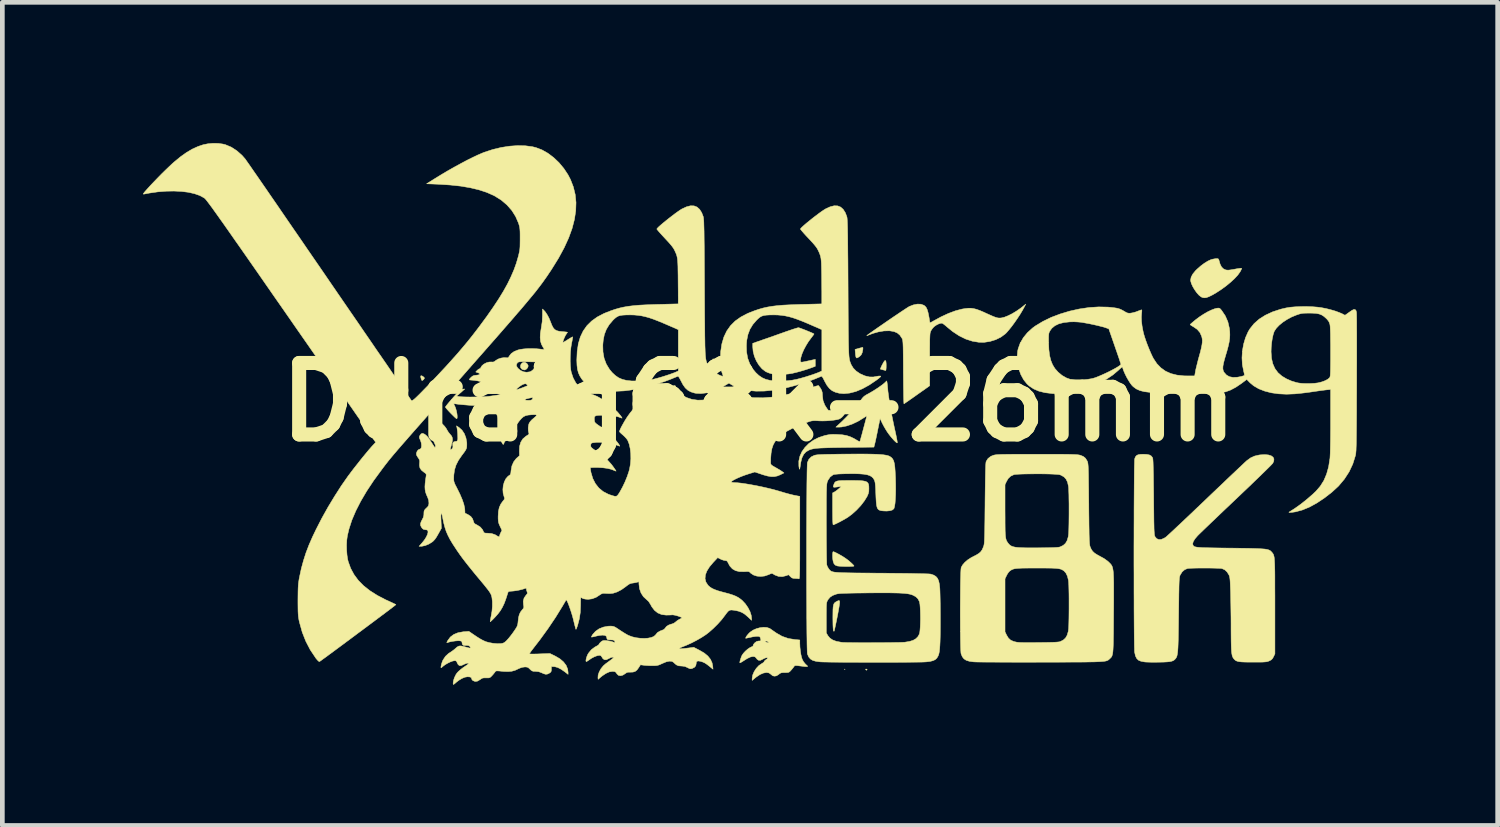
<source format=kicad_pcb>
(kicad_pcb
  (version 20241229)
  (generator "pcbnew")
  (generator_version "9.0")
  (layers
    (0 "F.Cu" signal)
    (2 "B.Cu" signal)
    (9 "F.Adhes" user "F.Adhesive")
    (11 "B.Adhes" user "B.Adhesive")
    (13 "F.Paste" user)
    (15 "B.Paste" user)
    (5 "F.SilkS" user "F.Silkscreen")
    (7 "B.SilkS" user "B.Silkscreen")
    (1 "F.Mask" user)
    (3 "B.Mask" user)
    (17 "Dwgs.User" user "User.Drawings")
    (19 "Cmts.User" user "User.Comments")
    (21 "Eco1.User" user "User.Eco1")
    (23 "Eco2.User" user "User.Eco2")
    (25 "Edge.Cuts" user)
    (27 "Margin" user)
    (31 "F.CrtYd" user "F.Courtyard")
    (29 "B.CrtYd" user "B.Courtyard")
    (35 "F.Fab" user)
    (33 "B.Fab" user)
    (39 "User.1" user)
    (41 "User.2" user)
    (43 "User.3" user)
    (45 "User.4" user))
  (footprint "Ddraig68k-26mm"
    (layer "F.Cu")
    (at 13.125 5.523)
    (property "Reference" "Ddraig68k-26mm" (at 0 0 0) (layer "F.SilkS") (effects (font (size 1.524 1.524) (thickness 0.3))))
    (attr through_hole)
    (fp_poly (pts (xy 1.841 5.696) (xy 1.835 5.702) (xy 1.829 5.696) (xy 1.835 5.69) (xy 1.841 5.696)) (stroke (width 0.01) (type solid)) (fill yes) (layer "F.SilkS"))
    (fp_poly (pts (xy -0.969 -0.923) (xy -0.968 -0.908) (xy -0.969 -0.906) (xy -0.977 -0.908) (xy -0.978 -0.914) (xy -0.973 -0.925) (xy -0.969 -0.923)) (stroke (width 0.01) (type solid)) (fill yes) (layer "F.SilkS"))
    (fp_poly (pts (xy 2.309 5.696) (xy 2.311 5.702) (xy 2.302 5.715) (xy 2.299 5.715) (xy 2.282 5.706) (xy 2.28 5.702) (xy 2.283 5.691) (xy 2.292 5.69) (xy 2.309 5.696)) (stroke (width 0.01) (type solid)) (fill yes) (layer "F.SilkS"))
    (fp_poly (pts (xy -7.183 -0.561) (xy -7.162 -0.55) (xy -7.133 -0.527) (xy -7.127 -0.506) (xy -7.145 -0.481) (xy -7.148 -0.478) (xy -7.169 -0.462) (xy -7.181 -0.462) (xy -7.191 -0.482) (xy -7.198 -0.504) (xy -7.207 -0.543) (xy -7.202 -0.562) (xy -7.183 -0.561)) (stroke (width 0.01) (type solid)) (fill yes) (layer "F.SilkS"))
    (fp_poly (pts (xy -4.963 -0.84) (xy -4.933 -0.813) (xy -4.916 -0.779) (xy -4.915 -0.768) (xy -4.926 -0.735) (xy -4.951 -0.705) (xy -4.984 -0.687) (xy -4.995 -0.686) (xy -5.027 -0.693) (xy -5.052 -0.706) (xy -5.075 -0.735) (xy -5.079 -0.771) (xy -5.068 -0.807) (xy -5.043 -0.836) (xy -5.008 -0.85) (xy -4.998 -0.851) (xy -4.963 -0.84)) (stroke (width 0.01) (type solid)) (fill yes) (layer "F.SilkS"))
    (fp_poly (pts (xy 2.222 -1.158) (xy 2.221 -1.131) (xy 2.219 -1.115) (xy 2.206 -1.054) (xy 2.186 -1.01) (xy 2.154 -0.977) (xy 2.142 -0.968) (xy 2.11 -0.948) (xy 2.092 -0.941) (xy 2.08 -0.947) (xy 2.076 -0.954) (xy 2.07 -0.973) (xy 2.064 -1.009) (xy 2.061 -1.046) (xy 2.054 -1.124) (xy 2.116 -1.141) (xy 2.157 -1.153) (xy 2.192 -1.162) (xy 2.202 -1.165) (xy 2.217 -1.167) (xy 2.222 -1.158)) (stroke (width 0.01) (type solid)) (fill yes) (layer "F.SilkS"))
    (fp_poly (pts (xy 2.712 -0.869) (xy 2.717 -0.825) (xy 2.718 -0.781) (xy 2.717 -0.732) (xy 2.714 -0.696) (xy 2.71 -0.676) (xy 2.708 -0.674) (xy 2.691 -0.678) (xy 2.659 -0.686) (xy 2.648 -0.689) (xy 2.615 -0.698) (xy 2.595 -0.704) (xy 2.593 -0.705) (xy 2.597 -0.717) (xy 2.609 -0.746) (xy 2.628 -0.787) (xy 2.635 -0.799) (xy 2.664 -0.853) (xy 2.686 -0.883) (xy 2.702 -0.888) (xy 2.712 -0.869)) (stroke (width 0.01) (type solid)) (fill yes) (layer "F.SilkS"))
    (fp_poly (pts (xy 1.61 3.194) (xy 1.651 3.213) (xy 1.708 3.243) (xy 1.777 3.282) (xy 1.796 3.294) (xy 1.839 3.322) (xy 1.887 3.356) (xy 1.934 3.394) (xy 1.976 3.431) (xy 2.009 3.463) (xy 2.029 3.486) (xy 2.032 3.494) (xy 2.02 3.498) (xy 1.989 3.501) (xy 1.942 3.503) (xy 1.887 3.504) (xy 1.829 3.503) (xy 1.772 3.501) (xy 1.723 3.498) (xy 1.687 3.494) (xy 1.678 3.493) (xy 1.633 3.475) (xy 1.605 3.445) (xy 1.587 3.396) (xy 1.587 3.396) (xy 1.58 3.355) (xy 1.576 3.308) (xy 1.575 3.261) (xy 1.577 3.221) (xy 1.582 3.194) (xy 1.588 3.188) (xy 1.61 3.194)) (stroke (width 0.01) (type solid)) (fill yes) (layer "F.SilkS"))
    (fp_poly (pts (xy 1.723 4.239) (xy 1.726 4.262) (xy 1.722 4.304) (xy 1.713 4.366) (xy 1.707 4.401) (xy 1.696 4.462) (xy 1.683 4.533) (xy 1.668 4.608) (xy 1.653 4.683) (xy 1.638 4.753) (xy 1.625 4.813) (xy 1.615 4.858) (xy 1.608 4.883) (xy 1.608 4.883) (xy 1.6 4.884) (xy 1.592 4.87) (xy 1.589 4.85) (xy 1.586 4.809) (xy 1.583 4.751) (xy 1.582 4.681) (xy 1.581 4.602) (xy 1.581 4.59) (xy 1.582 4.495) (xy 1.583 4.421) (xy 1.587 4.366) (xy 1.594 4.326) (xy 1.605 4.297) (xy 1.62 4.277) (xy 1.642 4.261) (xy 1.665 4.248) (xy 1.693 4.234) (xy 1.712 4.23) (xy 1.723 4.239)) (stroke (width 0.01) (type solid)) (fill yes) (layer "F.SilkS"))
    (fp_poly (pts (xy 9.796 -3.055) (xy 9.807 -3.04) (xy 9.812 -3.026) (xy 9.836 -2.943) (xy 9.867 -2.882) (xy 9.907 -2.842) (xy 9.954 -2.82) (xy 9.982 -2.815) (xy 10.016 -2.814) (xy 10.063 -2.82) (xy 10.127 -2.831) (xy 10.144 -2.834) (xy 10.201 -2.844) (xy 10.249 -2.851) (xy 10.282 -2.855) (xy 10.295 -2.854) (xy 10.293 -2.84) (xy 10.28 -2.81) (xy 10.26 -2.774) (xy 10.211 -2.706) (xy 10.142 -2.632) (xy 10.057 -2.554) (xy 9.961 -2.475) (xy 9.856 -2.399) (xy 9.747 -2.328) (xy 9.668 -2.283) (xy 9.597 -2.248) (xy 9.541 -2.228) (xy 9.495 -2.224) (xy 9.454 -2.233) (xy 9.429 -2.246) (xy 9.384 -2.282) (xy 9.337 -2.335) (xy 9.293 -2.397) (xy 9.254 -2.463) (xy 9.225 -2.526) (xy 9.209 -2.582) (xy 9.207 -2.601) (xy 9.219 -2.664) (xy 9.254 -2.731) (xy 9.312 -2.802) (xy 9.345 -2.834) (xy 9.423 -2.903) (xy 9.502 -2.962) (xy 9.577 -3.008) (xy 9.643 -3.038) (xy 9.679 -3.048) (xy 9.736 -3.058) (xy 9.773 -3.06) (xy 9.796 -3.055)) (stroke (width 0.01) (type solid)) (fill yes) (layer "F.SilkS"))
    (fp_poly (pts (xy 2.072 1.671) (xy 2.158 1.673) (xy 2.225 1.679) (xy 2.274 1.689) (xy 2.308 1.704) (xy 2.33 1.727) (xy 2.343 1.757) (xy 2.348 1.796) (xy 2.349 1.846) (xy 2.349 1.849) (xy 2.347 1.905) (xy 2.336 1.951) (xy 2.315 2.001) (xy 2.311 2.01) (xy 2.252 2.106) (xy 2.176 2.205) (xy 2.086 2.301) (xy 1.988 2.389) (xy 1.909 2.448) (xy 1.871 2.472) (xy 1.822 2.501) (xy 1.767 2.531) (xy 1.711 2.561) (xy 1.66 2.586) (xy 1.619 2.605) (xy 1.593 2.615) (xy 1.588 2.616) (xy 1.583 2.604) (xy 1.58 2.566) (xy 1.577 2.504) (xy 1.576 2.418) (xy 1.575 2.309) (xy 1.575 2.276) (xy 1.575 1.936) (xy 1.617 1.914) (xy 1.65 1.892) (xy 1.69 1.861) (xy 1.715 1.84) (xy 1.745 1.812) (xy 1.756 1.798) (xy 1.752 1.794) (xy 1.74 1.797) (xy 1.708 1.803) (xy 1.664 1.81) (xy 1.648 1.812) (xy 1.609 1.815) (xy 1.591 1.809) (xy 1.59 1.789) (xy 1.604 1.751) (xy 1.605 1.747) (xy 1.616 1.723) (xy 1.629 1.705) (xy 1.648 1.692) (xy 1.674 1.682) (xy 1.712 1.676) (xy 1.765 1.672) (xy 1.837 1.671) (xy 1.929 1.67) (xy 1.962 1.67) (xy 2.072 1.671)) (stroke (width 0.01) (type solid)) (fill yes) (layer "F.SilkS"))
    (fp_poly (pts (xy 0.866 -1.583) (xy 0.902 -1.57) (xy 0.95 -1.552) (xy 1.005 -1.531) (xy 1.06 -1.508) (xy 1.111 -1.487) (xy 1.151 -1.469) (xy 1.175 -1.457) (xy 1.179 -1.454) (xy 1.174 -1.443) (xy 1.155 -1.417) (xy 1.128 -1.381) (xy 1.114 -1.363) (xy 1.057 -1.286) (xy 1.006 -1.202) (xy 0.96 -1.116) (xy 0.924 -1.032) (xy 0.9 -0.956) (xy 0.889 -0.894) (xy 0.889 -0.886) (xy 0.89 -0.869) (xy 0.895 -0.858) (xy 0.908 -0.853) (xy 0.933 -0.854) (xy 0.973 -0.861) (xy 1.032 -0.874) (xy 1.07 -0.882) (xy 1.206 -0.912) (xy 1.206 -0.764) (xy 1.14 -0.739) (xy 1.065 -0.712) (xy 0.977 -0.684) (xy 0.886 -0.657) (xy 0.801 -0.634) (xy 0.729 -0.617) (xy 0.724 -0.615) (xy 0.637 -0.601) (xy 0.543 -0.592) (xy 0.448 -0.589) (xy 0.361 -0.592) (xy 0.29 -0.601) (xy 0.282 -0.603) (xy 0.228 -0.618) (xy 0.175 -0.639) (xy 0.146 -0.653) (xy 0.072 -0.71) (xy 0.006 -0.787) (xy -0.05 -0.878) (xy -0.093 -0.979) (xy -0.119 -1.083) (xy -0.127 -1.176) (xy -0.127 -1.254) (xy 0.117 -1.339) (xy 0.213 -1.372) (xy 0.321 -1.41) (xy 0.43 -1.449) (xy 0.532 -1.485) (xy 0.591 -1.506) (xy 0.664 -1.531) (xy 0.731 -1.554) (xy 0.786 -1.571) (xy 0.826 -1.583) (xy 0.847 -1.587) (xy 0.847 -1.587) (xy 0.866 -1.583)) (stroke (width 0.01) (type solid)) (fill yes) (layer "F.SilkS"))
    (fp_poly (pts (xy 2.736 -0.42) (xy 2.74 -0.391) (xy 2.745 -0.347) (xy 2.749 -0.295) (xy 2.75 -0.292) (xy 2.755 -0.233) (xy 2.763 -0.172) (xy 2.769 -0.127) (xy 2.777 -0.074) (xy 2.785 -0.021) (xy 2.788 0) (xy 2.796 0.058) (xy 2.81 0.137) (xy 2.827 0.23) (xy 2.848 0.333) (xy 2.87 0.441) (xy 2.893 0.549) (xy 2.91 0.626) (xy 2.926 0.699) (xy 2.939 0.764) (xy 2.949 0.817) (xy 2.954 0.853) (xy 2.955 0.868) (xy 2.944 0.867) (xy 2.922 0.85) (xy 2.89 0.82) (xy 2.853 0.779) (xy 2.814 0.733) (xy 2.775 0.683) (xy 2.742 0.637) (xy 2.705 0.578) (xy 2.667 0.512) (xy 2.635 0.451) (xy 2.633 0.447) (xy 2.587 0.35) (xy 2.538 0.591) (xy 2.522 0.671) (xy 2.506 0.747) (xy 2.492 0.813) (xy 2.48 0.865) (xy 2.473 0.895) (xy 2.456 0.959) (xy 1.853 0.966) (xy 1.703 0.968) (xy 1.576 0.97) (xy 1.47 0.973) (xy 1.382 0.976) (xy 1.309 0.979) (xy 1.25 0.983) (xy 1.202 0.988) (xy 1.163 0.995) (xy 1.13 1.002) (xy 1.101 1.011) (xy 1.073 1.022) (xy 1.071 1.023) (xy 1.007 1.06) (xy 0.958 1.114) (xy 0.922 1.187) (xy 0.898 1.28) (xy 0.891 1.326) (xy 0.884 1.373) (xy 0.878 1.41) (xy 0.873 1.429) (xy 0.872 1.431) (xy 0.867 1.423) (xy 0.861 1.396) (xy 0.856 1.363) (xy 0.855 1.257) (xy 0.878 1.153) (xy 0.922 1.055) (xy 0.987 0.964) (xy 1.069 0.882) (xy 1.168 0.811) (xy 1.281 0.754) (xy 1.408 0.712) (xy 1.418 0.71) (xy 1.475 0.698) (xy 1.526 0.69) (xy 1.58 0.687) (xy 1.647 0.688) (xy 1.683 0.69) (xy 1.786 0.697) (xy 1.872 0.712) (xy 1.949 0.737) (xy 2.026 0.773) (xy 2.072 0.8) (xy 2.111 0.823) (xy 2.141 0.839) (xy 2.155 0.846) (xy 2.155 0.846) (xy 2.159 0.834) (xy 2.169 0.801) (xy 2.182 0.753) (xy 2.199 0.693) (xy 2.217 0.625) (xy 2.236 0.554) (xy 2.255 0.484) (xy 2.272 0.419) (xy 2.287 0.363) (xy 2.298 0.321) (xy 2.304 0.297) (xy 2.304 0.292) (xy 2.293 0.299) (xy 2.267 0.316) (xy 2.233 0.338) (xy 2.113 0.411) (xy 1.992 0.468) (xy 1.874 0.508) (xy 1.765 0.53) (xy 1.708 0.533) (xy 1.645 0.533) (xy 1.771 0.416) (xy 1.862 0.326) (xy 1.957 0.226) (xy 2.048 0.122) (xy 2.13 0.021) (xy 2.177 -0.042) (xy 2.214 -0.091) (xy 2.248 -0.125) (xy 2.288 -0.152) (xy 2.323 -0.171) (xy 2.381 -0.203) (xy 2.448 -0.243) (xy 2.517 -0.287) (xy 2.584 -0.333) (xy 2.641 -0.374) (xy 2.682 -0.408) (xy 2.685 -0.411) (xy 2.729 -0.453) (xy 2.736 -0.42)) (stroke (width 0.01) (type solid)) (fill yes) (layer "F.SilkS"))
    (fp_poly (pts (xy 3.456 -2.088) (xy 3.518 -2.066) (xy 3.542 -2.05) (xy 3.569 -2.02) (xy 3.591 -1.975) (xy 3.61 -1.912) (xy 3.627 -1.829) (xy 3.634 -1.791) (xy 3.641 -1.745) (xy 3.647 -1.71) (xy 3.651 -1.692) (xy 3.652 -1.692) (xy 3.663 -1.696) (xy 3.69 -1.71) (xy 3.722 -1.728) (xy 3.885 -1.817) (xy 4.042 -1.89) (xy 4.192 -1.946) (xy 4.33 -1.983) (xy 4.403 -1.995) (xy 4.467 -2.002) (xy 4.526 -2.002) (xy 4.583 -1.994) (xy 4.646 -1.978) (xy 4.717 -1.952) (xy 4.804 -1.915) (xy 4.848 -1.894) (xy 4.931 -1.857) (xy 4.995 -1.829) (xy 5.044 -1.81) (xy 5.084 -1.798) (xy 5.117 -1.793) (xy 5.148 -1.793) (xy 5.173 -1.795) (xy 5.239 -1.811) (xy 5.317 -1.842) (xy 5.405 -1.886) (xy 5.497 -1.942) (xy 5.589 -2.006) (xy 5.637 -2.044) (xy 5.693 -2.089) (xy 5.664 -2.032) (xy 5.622 -1.955) (xy 5.571 -1.87) (xy 5.513 -1.782) (xy 5.452 -1.694) (xy 5.391 -1.611) (xy 5.333 -1.539) (xy 5.283 -1.481) (xy 5.255 -1.454) (xy 5.161 -1.385) (xy 5.051 -1.331) (xy 4.931 -1.294) (xy 4.806 -1.275) (xy 4.696 -1.276) (xy 4.556 -1.299) (xy 4.414 -1.345) (xy 4.272 -1.415) (xy 4.134 -1.506) (xy 4.026 -1.594) (xy 3.984 -1.63) (xy 3.946 -1.66) (xy 3.919 -1.679) (xy 3.911 -1.683) (xy 3.881 -1.682) (xy 3.839 -1.669) (xy 3.792 -1.646) (xy 3.748 -1.616) (xy 3.738 -1.608) (xy 3.707 -1.575) (xy 3.678 -1.532) (xy 3.671 -1.52) (xy 3.665 -1.506) (xy 3.66 -1.491) (xy 3.655 -1.473) (xy 3.652 -1.449) (xy 3.65 -1.417) (xy 3.648 -1.374) (xy 3.646 -1.318) (xy 3.646 -1.247) (xy 3.645 -1.158) (xy 3.645 -1.048) (xy 3.645 -0.916) (xy 3.645 -0.907) (xy 3.645 -0.349) (xy 3.376 -0.159) (xy 3.303 -0.107) (xy 3.237 -0.061) (xy 3.181 -0.021) (xy 3.136 0.009) (xy 3.108 0.029) (xy 3.097 0.036) (xy 3.095 0.024) (xy 3.093 -0.01) (xy 3.091 -0.066) (xy 3.089 -0.14) (xy 3.088 -0.23) (xy 3.086 -0.333) (xy 3.085 -0.449) (xy 3.084 -0.573) (xy 3.083 -0.637) (xy 3.083 -0.786) (xy 3.082 -0.911) (xy 3.081 -1.015) (xy 3.08 -1.1) (xy 3.079 -1.169) (xy 3.077 -1.222) (xy 3.075 -1.264) (xy 3.072 -1.295) (xy 3.069 -1.318) (xy 3.065 -1.335) (xy 3.061 -1.349) (xy 3.055 -1.36) (xy 3.052 -1.365) (xy 3.008 -1.43) (xy 2.953 -1.476) (xy 2.884 -1.505) (xy 2.796 -1.52) (xy 2.775 -1.521) (xy 2.669 -1.518) (xy 2.552 -1.498) (xy 2.431 -1.464) (xy 2.374 -1.442) (xy 2.335 -1.427) (xy 2.31 -1.418) (xy 2.302 -1.418) (xy 2.303 -1.418) (xy 2.319 -1.431) (xy 2.354 -1.457) (xy 2.405 -1.493) (xy 2.468 -1.537) (xy 2.541 -1.588) (xy 2.621 -1.643) (xy 2.706 -1.702) (xy 2.792 -1.761) (xy 2.877 -1.819) (xy 2.959 -1.874) (xy 3.033 -1.924) (xy 3.098 -1.967) (xy 3.151 -2.002) (xy 3.189 -2.026) (xy 3.208 -2.038) (xy 3.298 -2.073) (xy 3.382 -2.09) (xy 3.456 -2.088)) (stroke (width 0.01) (type solid)) (fill yes) (layer "F.SilkS"))
    (fp_poly (pts (xy 0.173 4.804) (xy 0.23 4.823) (xy 0.243 4.83) (xy 0.273 4.851) (xy 0.317 4.882) (xy 0.365 4.915) (xy 0.381 4.926) (xy 0.499 4.993) (xy 0.631 5.039) (xy 0.774 5.062) (xy 0.774 5.062) (xy 0.876 5.071) (xy 0.876 5.142) (xy 0.879 5.221) (xy 0.888 5.303) (xy 0.9 5.382) (xy 0.916 5.449) (xy 0.93 5.489) (xy 0.957 5.537) (xy 0.994 5.582) (xy 1.007 5.595) (xy 1.03 5.615) (xy 1.042 5.629) (xy 1.04 5.636) (xy 1.022 5.639) (xy 0.985 5.637) (xy 0.926 5.63) (xy 0.883 5.625) (xy 0.829 5.618) (xy 0.794 5.616) (xy 0.774 5.618) (xy 0.761 5.625) (xy 0.751 5.638) (xy 0.75 5.641) (xy 0.729 5.668) (xy 0.701 5.703) (xy 0.687 5.718) (xy 0.664 5.743) (xy 0.643 5.758) (xy 0.617 5.764) (xy 0.578 5.766) (xy 0.558 5.766) (xy 0.509 5.767) (xy 0.477 5.772) (xy 0.452 5.784) (xy 0.427 5.804) (xy 0.382 5.834) (xy 0.34 5.842) (xy 0.301 5.835) (xy 0.268 5.81) (xy 0.262 5.804) (xy 0.219 5.773) (xy 0.165 5.764) (xy 0.1 5.776) (xy 0.028 5.807) (xy -0.05 5.859) (xy -0.079 5.882) (xy -0.14 5.933) (xy -0.14 5.89) (xy -0.129 5.82) (xy -0.098 5.747) (xy -0.053 5.677) (xy 0.003 5.617) (xy 0.065 5.574) (xy 0.095 5.556) (xy 0.113 5.539) (xy 0.114 5.534) (xy 0.124 5.517) (xy 0.148 5.496) (xy 0.152 5.493) (xy 0.178 5.474) (xy 0.19 5.459) (xy 0.19 5.458) (xy 0.181 5.448) (xy 0.155 5.45) (xy 0.122 5.461) (xy 0.086 5.48) (xy 0.085 5.481) (xy 0.037 5.504) (xy -0.004 5.503) (xy -0.037 5.478) (xy -0.048 5.461) (xy -0.077 5.431) (xy -0.119 5.422) (xy -0.175 5.433) (xy -0.244 5.465) (xy -0.32 5.513) (xy -0.358 5.537) (xy -0.387 5.554) (xy -0.402 5.559) (xy -0.402 5.558) (xy -0.403 5.542) (xy -0.396 5.51) (xy -0.384 5.47) (xy -0.369 5.427) (xy -0.355 5.396) (xy -0.326 5.354) (xy -0.284 5.309) (xy -0.235 5.266) (xy -0.188 5.234) (xy -0.157 5.219) (xy -0.127 5.205) (xy -0.118 5.19) (xy -0.119 5.188) (xy -0.114 5.17) (xy -0.095 5.144) (xy -0.084 5.132) (xy -0.047 5.104) (xy 0.134 5.104) (xy 0.151 5.114) (xy 0.18 5.124) (xy 0.208 5.129) (xy 0.21 5.123) (xy 0.203 5.112) (xy 0.179 5.097) (xy 0.155 5.093) (xy 0.134 5.096) (xy 0.134 5.104) (xy -0.047 5.104) (xy -0.047 5.104) (xy -0.009 5.093) (xy 0.003 5.093) (xy 0.034 5.091) (xy 0.045 5.083) (xy 0.044 5.061) (xy 0.042 5.051) (xy 0.033 5.02) (xy 0.021 5.001) (xy 0.02 5.001) (xy -0.011 4.992) (xy -0.062 4.994) (xy -0.131 5.004) (xy -0.181 5.015) (xy -0.227 5.025) (xy -0.261 5.032) (xy -0.278 5.034) (xy -0.279 5.033) (xy -0.271 5.008) (xy -0.247 4.973) (xy -0.214 4.934) (xy -0.183 4.904) (xy -0.122 4.862) (xy -0.05 4.83) (xy 0.027 4.809) (xy 0.103 4.8) (xy 0.173 4.804)) (stroke (width 0.01) (type solid)) (fill yes) (layer "F.SilkS"))
    (fp_poly (pts (xy 8.277 1.115) (xy 8.33 1.126) (xy 8.367 1.147) (xy 8.393 1.179) (xy 8.398 1.191) (xy 8.402 1.207) (xy 8.405 1.239) (xy 8.408 1.288) (xy 8.41 1.355) (xy 8.412 1.442) (xy 8.415 1.549) (xy 8.416 1.679) (xy 8.418 1.831) (xy 8.42 2.007) (xy 8.42 2.026) (xy 8.421 2.189) (xy 8.423 2.329) (xy 8.424 2.447) (xy 8.425 2.546) (xy 8.427 2.627) (xy 8.428 2.692) (xy 8.43 2.743) (xy 8.433 2.783) (xy 8.435 2.813) (xy 8.438 2.834) (xy 8.442 2.85) (xy 8.446 2.862) (xy 8.449 2.868) (xy 8.484 2.91) (xy 8.529 2.93) (xy 8.583 2.927) (xy 8.645 2.9) (xy 8.677 2.88) (xy 8.695 2.865) (xy 8.729 2.834) (xy 8.779 2.788) (xy 8.844 2.728) (xy 8.92 2.656) (xy 9.008 2.574) (xy 9.105 2.482) (xy 9.211 2.382) (xy 9.323 2.275) (xy 9.441 2.163) (xy 9.533 2.075) (xy 9.654 1.959) (xy 9.772 1.847) (xy 9.884 1.741) (xy 9.989 1.64) (xy 10.086 1.548) (xy 10.173 1.466) (xy 10.249 1.394) (xy 10.312 1.335) (xy 10.36 1.289) (xy 10.393 1.259) (xy 10.406 1.247) (xy 10.486 1.189) (xy 10.571 1.15) (xy 10.669 1.127) (xy 10.697 1.124) (xy 10.791 1.119) (xy 10.868 1.126) (xy 10.927 1.145) (xy 10.966 1.174) (xy 10.984 1.212) (xy 10.98 1.259) (xy 10.959 1.304) (xy 10.945 1.319) (xy 10.915 1.351) (xy 10.869 1.397) (xy 10.809 1.456) (xy 10.736 1.527) (xy 10.652 1.609) (xy 10.558 1.699) (xy 10.456 1.798) (xy 10.346 1.902) (xy 10.231 2.012) (xy 10.174 2.066) (xy 10.056 2.178) (xy 9.942 2.286) (xy 9.834 2.389) (xy 9.733 2.486) (xy 9.64 2.574) (xy 9.558 2.653) (xy 9.487 2.721) (xy 9.43 2.776) (xy 9.388 2.817) (xy 9.362 2.843) (xy 9.356 2.849) (xy 9.299 2.916) (xy 9.264 2.973) (xy 9.252 3.018) (xy 9.257 3.044) (xy 9.263 3.056) (xy 9.271 3.067) (xy 9.282 3.076) (xy 9.299 3.083) (xy 9.323 3.089) (xy 9.357 3.094) (xy 9.402 3.098) (xy 9.46 3.102) (xy 9.533 3.104) (xy 9.624 3.106) (xy 9.733 3.108) (xy 9.864 3.11) (xy 10.018 3.112) (xy 10.058 3.112) (xy 10.222 3.114) (xy 10.363 3.116) (xy 10.482 3.118) (xy 10.582 3.121) (xy 10.664 3.124) (xy 10.731 3.128) (xy 10.785 3.132) (xy 10.826 3.138) (xy 10.859 3.146) (xy 10.883 3.155) (xy 10.903 3.165) (xy 10.918 3.178) (xy 10.932 3.192) (xy 10.939 3.2) (xy 10.951 3.214) (xy 10.961 3.227) (xy 10.97 3.242) (xy 10.977 3.259) (xy 10.983 3.28) (xy 10.989 3.308) (xy 10.993 3.344) (xy 10.996 3.39) (xy 10.999 3.447) (xy 11.001 3.516) (xy 11.003 3.601) (xy 11.004 3.702) (xy 11.004 3.822) (xy 11.004 3.961) (xy 11.005 4.122) (xy 11.005 4.306) (xy 11.005 5.366) (xy 10.976 5.427) (xy 10.953 5.468) (xy 10.924 5.496) (xy 10.888 5.515) (xy 10.866 5.524) (xy 10.845 5.531) (xy 10.819 5.536) (xy 10.785 5.539) (xy 10.74 5.542) (xy 10.679 5.543) (xy 10.599 5.543) (xy 10.541 5.543) (xy 10.435 5.543) (xy 10.351 5.541) (xy 10.286 5.538) (xy 10.237 5.532) (xy 10.2 5.523) (xy 10.172 5.511) (xy 10.15 5.494) (xy 10.13 5.473) (xy 10.116 5.454) (xy 10.104 5.432) (xy 10.094 5.404) (xy 10.087 5.368) (xy 10.081 5.322) (xy 10.077 5.263) (xy 10.074 5.188) (xy 10.072 5.096) (xy 10.071 4.983) (xy 10.07 4.848) (xy 10.07 4.835) (xy 10.07 4.71) (xy 10.069 4.579) (xy 10.067 4.446) (xy 10.065 4.317) (xy 10.063 4.199) (xy 10.061 4.098) (xy 10.06 4.051) (xy 10.056 3.952) (xy 10.053 3.874) (xy 10.05 3.814) (xy 10.046 3.77) (xy 10.041 3.736) (xy 10.035 3.71) (xy 10.027 3.689) (xy 10.024 3.683) (xy 9.985 3.62) (xy 9.933 3.573) (xy 9.873 3.547) (xy 9.871 3.547) (xy 9.845 3.544) (xy 9.798 3.542) (xy 9.734 3.54) (xy 9.657 3.538) (xy 9.571 3.537) (xy 9.506 3.537) (xy 9.416 3.537) (xy 9.332 3.538) (xy 9.258 3.54) (xy 9.198 3.542) (xy 9.157 3.545) (xy 9.141 3.547) (xy 9.081 3.572) (xy 9.028 3.618) (xy 8.988 3.681) (xy 8.987 3.683) (xy 8.981 3.695) (xy 8.977 3.709) (xy 8.973 3.726) (xy 8.969 3.748) (xy 8.967 3.777) (xy 8.964 3.816) (xy 8.962 3.865) (xy 8.96 3.928) (xy 8.959 4.006) (xy 8.957 4.101) (xy 8.956 4.216) (xy 8.954 4.352) (xy 8.952 4.511) (xy 8.952 4.515) (xy 8.95 4.687) (xy 8.948 4.836) (xy 8.946 4.964) (xy 8.944 5.071) (xy 8.941 5.161) (xy 8.938 5.235) (xy 8.934 5.295) (xy 8.929 5.343) (xy 8.923 5.38) (xy 8.917 5.41) (xy 8.909 5.432) (xy 8.899 5.451) (xy 8.889 5.466) (xy 8.887 5.468) (xy 8.866 5.491) (xy 8.841 5.509) (xy 8.809 5.522) (xy 8.766 5.532) (xy 8.708 5.538) (xy 8.633 5.542) (xy 8.535 5.544) (xy 8.534 5.544) (xy 8.453 5.545) (xy 8.376 5.545) (xy 8.307 5.543) (xy 8.252 5.541) (xy 8.223 5.538) (xy 8.149 5.524) (xy 8.095 5.501) (xy 8.058 5.464) (xy 8.032 5.411) (xy 8.015 5.336) (xy 8.014 5.333) (xy 8.012 5.308) (xy 8.011 5.261) (xy 8.009 5.191) (xy 8.008 5.102) (xy 8.006 4.994) (xy 8.005 4.87) (xy 8.004 4.73) (xy 8.003 4.577) (xy 8.002 4.412) (xy 8.002 4.237) (xy 8.001 4.054) (xy 8.001 3.864) (xy 8.001 3.669) (xy 8 3.471) (xy 8 3.271) (xy 8 3.071) (xy 8.001 2.873) (xy 8.001 2.678) (xy 8.002 2.488) (xy 8.002 2.305) (xy 8.003 2.131) (xy 8.004 1.966) (xy 8.005 1.813) (xy 8.006 1.674) (xy 8.007 1.549) (xy 8.008 1.442) (xy 8.01 1.353) (xy 8.012 1.284) (xy 8.013 1.236) (xy 8.015 1.213) (xy 8.015 1.211) (xy 8.03 1.169) (xy 8.053 1.14) (xy 8.087 1.122) (xy 8.138 1.113) (xy 8.204 1.111) (xy 8.277 1.115)) (stroke (width 0.01) (type solid)) (fill yes) (layer "F.SilkS"))
    (fp_poly (pts (xy 2.309 1.107) (xy 2.423 1.109) (xy 2.518 1.112) (xy 2.596 1.117) (xy 2.66 1.123) (xy 2.712 1.131) (xy 2.752 1.14) (xy 2.782 1.151) (xy 2.794 1.157) (xy 2.83 1.182) (xy 2.857 1.213) (xy 2.877 1.253) (xy 2.892 1.308) (xy 2.902 1.38) (xy 2.909 1.474) (xy 2.909 1.477) (xy 2.916 1.61) (xy 2.919 1.739) (xy 2.92 1.86) (xy 2.918 1.972) (xy 2.913 2.071) (xy 2.907 2.154) (xy 2.897 2.218) (xy 2.886 2.261) (xy 2.881 2.272) (xy 2.85 2.299) (xy 2.799 2.315) (xy 2.729 2.322) (xy 2.669 2.32) (xy 2.623 2.316) (xy 2.586 2.308) (xy 2.558 2.295) (xy 2.537 2.273) (xy 2.522 2.239) (xy 2.512 2.191) (xy 2.505 2.125) (xy 2.5 2.04) (xy 2.496 1.943) (xy 2.493 1.856) (xy 2.489 1.789) (xy 2.484 1.74) (xy 2.479 1.704) (xy 2.471 1.677) (xy 2.463 1.657) (xy 2.44 1.62) (xy 2.409 1.59) (xy 2.367 1.566) (xy 2.311 1.548) (xy 2.24 1.536) (xy 2.151 1.529) (xy 2.042 1.525) (xy 1.911 1.526) (xy 1.887 1.526) (xy 1.784 1.529) (xy 1.704 1.532) (xy 1.646 1.537) (xy 1.608 1.542) (xy 1.587 1.548) (xy 1.523 1.596) (xy 1.478 1.662) (xy 1.464 1.694) (xy 1.459 1.709) (xy 1.456 1.726) (xy 1.452 1.747) (xy 1.45 1.775) (xy 1.447 1.811) (xy 1.446 1.857) (xy 1.444 1.915) (xy 1.443 1.988) (xy 1.442 2.077) (xy 1.442 2.183) (xy 1.442 2.31) (xy 1.441 2.458) (xy 1.441 2.591) (xy 1.442 2.735) (xy 1.442 2.873) (xy 1.443 3.002) (xy 1.444 3.12) (xy 1.445 3.225) (xy 1.446 3.314) (xy 1.448 3.385) (xy 1.449 3.437) (xy 1.451 3.466) (xy 1.451 3.47) (xy 1.467 3.512) (xy 1.492 3.553) (xy 1.495 3.557) (xy 1.507 3.572) (xy 1.518 3.584) (xy 1.53 3.595) (xy 1.544 3.605) (xy 1.562 3.612) (xy 1.586 3.619) (xy 1.617 3.625) (xy 1.658 3.629) (xy 1.71 3.633) (xy 1.774 3.636) (xy 1.852 3.638) (xy 1.947 3.64) (xy 2.059 3.642) (xy 2.191 3.643) (xy 2.343 3.644) (xy 2.519 3.646) (xy 2.623 3.646) (xy 2.799 3.648) (xy 2.963 3.65) (xy 3.115 3.651) (xy 3.251 3.653) (xy 3.371 3.656) (xy 3.473 3.658) (xy 3.556 3.66) (xy 3.618 3.662) (xy 3.657 3.665) (xy 3.67 3.667) (xy 3.731 3.688) (xy 3.777 3.716) (xy 3.811 3.755) (xy 3.835 3.807) (xy 3.851 3.877) (xy 3.861 3.968) (xy 3.862 3.986) (xy 3.864 4.034) (xy 3.866 4.104) (xy 3.868 4.19) (xy 3.87 4.289) (xy 3.871 4.397) (xy 3.872 4.51) (xy 3.872 4.597) (xy 3.872 4.76) (xy 3.871 4.898) (xy 3.869 5.016) (xy 3.866 5.114) (xy 3.862 5.195) (xy 3.857 5.262) (xy 3.851 5.315) (xy 3.843 5.357) (xy 3.833 5.391) (xy 3.823 5.415) (xy 3.797 5.458) (xy 3.762 5.49) (xy 3.715 5.512) (xy 3.652 5.528) (xy 3.567 5.538) (xy 3.563 5.538) (xy 3.528 5.54) (xy 3.471 5.542) (xy 3.393 5.543) (xy 3.297 5.544) (xy 3.185 5.545) (xy 3.061 5.546) (xy 2.926 5.547) (xy 2.782 5.547) (xy 2.633 5.547) (xy 2.481 5.547) (xy 2.328 5.547) (xy 2.177 5.547) (xy 2.03 5.546) (xy 1.89 5.546) (xy 1.759 5.545) (xy 1.639 5.544) (xy 1.533 5.543) (xy 1.444 5.541) (xy 1.374 5.54) (xy 1.326 5.538) (xy 1.308 5.537) (xy 1.219 5.525) (xy 1.152 5.506) (xy 1.102 5.475) (xy 1.066 5.433) (xy 1.041 5.375) (xy 1.038 5.367) (xy 1.036 5.347) (xy 1.034 5.303) (xy 1.032 5.237) (xy 1.03 5.151) (xy 1.029 5.046) (xy 1.027 4.925) (xy 1.026 4.787) (xy 1.025 4.637) (xy 1.024 4.597) (xy 1.441 4.597) (xy 1.441 4.921) (xy 1.475 4.979) (xy 1.517 5.03) (xy 1.576 5.07) (xy 1.653 5.099) (xy 1.751 5.118) (xy 1.791 5.123) (xy 1.825 5.124) (xy 1.881 5.126) (xy 1.955 5.127) (xy 2.045 5.128) (xy 2.146 5.129) (xy 2.257 5.129) (xy 2.372 5.129) (xy 2.491 5.128) (xy 2.608 5.128) (xy 2.72 5.127) (xy 2.825 5.126) (xy 2.92 5.124) (xy 3 5.123) (xy 3.063 5.121) (xy 3.105 5.119) (xy 3.116 5.118) (xy 3.215 5.102) (xy 3.292 5.078) (xy 3.351 5.044) (xy 3.395 4.999) (xy 3.424 4.946) (xy 3.433 4.913) (xy 3.439 4.859) (xy 3.444 4.79) (xy 3.447 4.709) (xy 3.449 4.623) (xy 3.448 4.535) (xy 3.446 4.45) (xy 3.442 4.374) (xy 3.437 4.31) (xy 3.429 4.265) (xy 3.424 4.248) (xy 3.393 4.191) (xy 3.351 4.15) (xy 3.292 4.117) (xy 3.289 4.116) (xy 3.258 4.104) (xy 3.222 4.094) (xy 3.179 4.086) (xy 3.126 4.079) (xy 3.063 4.074) (xy 2.986 4.07) (xy 2.894 4.068) (xy 2.785 4.066) (xy 2.656 4.066) (xy 2.506 4.066) (xy 2.348 4.067) (xy 2.2 4.069) (xy 2.075 4.07) (xy 1.971 4.072) (xy 1.887 4.074) (xy 1.818 4.076) (xy 1.765 4.078) (xy 1.723 4.081) (xy 1.692 4.085) (xy 1.668 4.089) (xy 1.654 4.093) (xy 1.578 4.121) (xy 1.522 4.158) (xy 1.481 4.206) (xy 1.473 4.219) (xy 1.463 4.236) (xy 1.456 4.253) (xy 1.45 4.272) (xy 1.446 4.298) (xy 1.444 4.333) (xy 1.442 4.381) (xy 1.442 4.445) (xy 1.441 4.53) (xy 1.441 4.597) (xy 1.024 4.597) (xy 1.024 4.474) (xy 1.023 4.301) (xy 1.022 4.12) (xy 1.021 3.931) (xy 1.021 3.738) (xy 1.021 3.541) (xy 1.021 3.342) (xy 1.021 3.143) (xy 1.021 2.946) (xy 1.021 2.752) (xy 1.022 2.562) (xy 1.023 2.38) (xy 1.024 2.206) (xy 1.025 2.041) (xy 1.026 1.889) (xy 1.027 1.749) (xy 1.029 1.625) (xy 1.03 1.517) (xy 1.032 1.428) (xy 1.034 1.359) (xy 1.036 1.312) (xy 1.038 1.288) (xy 1.039 1.286) (xy 1.07 1.218) (xy 1.119 1.168) (xy 1.185 1.135) (xy 1.204 1.13) (xy 1.228 1.126) (xy 1.259 1.122) (xy 1.299 1.119) (xy 1.351 1.117) (xy 1.418 1.114) (xy 1.501 1.113) (xy 1.603 1.111) (xy 1.726 1.109) (xy 1.841 1.108) (xy 2.02 1.107) (xy 2.176 1.106) (xy 2.309 1.107)) (stroke (width 0.01) (type solid)) (fill yes) (layer "F.SilkS"))
    (fp_poly (pts (xy 6.101 1.111) (xy 6.248 1.111) (xy 6.373 1.112) (xy 6.479 1.112) (xy 6.567 1.113) (xy 6.639 1.114) (xy 6.697 1.116) (xy 6.743 1.118) (xy 6.78 1.12) (xy 6.808 1.123) (xy 6.83 1.126) (xy 6.847 1.13) (xy 6.859 1.133) (xy 6.921 1.159) (xy 6.966 1.196) (xy 7 1.25) (xy 7.007 1.264) (xy 7.011 1.275) (xy 7.015 1.29) (xy 7.018 1.309) (xy 7.021 1.334) (xy 7.024 1.369) (xy 7.026 1.413) (xy 7.028 1.47) (xy 7.03 1.541) (xy 7.031 1.628) (xy 7.032 1.733) (xy 7.034 1.857) (xy 7.035 2.004) (xy 7.037 2.165) (xy 7.038 2.337) (xy 7.04 2.485) (xy 7.041 2.612) (xy 7.043 2.719) (xy 7.044 2.807) (xy 7.046 2.88) (xy 7.048 2.938) (xy 7.051 2.983) (xy 7.053 3.018) (xy 7.057 3.045) (xy 7.06 3.064) (xy 7.063 3.075) (xy 7.087 3.132) (xy 7.118 3.179) (xy 7.161 3.219) (xy 7.221 3.257) (xy 7.274 3.286) (xy 7.362 3.334) (xy 7.433 3.385) (xy 7.462 3.41) (xy 7.482 3.43) (xy 7.5 3.448) (xy 7.515 3.467) (xy 7.528 3.488) (xy 7.539 3.513) (xy 7.547 3.544) (xy 7.554 3.583) (xy 7.56 3.631) (xy 7.563 3.691) (xy 7.566 3.764) (xy 7.568 3.853) (xy 7.568 3.959) (xy 7.568 4.083) (xy 7.568 4.228) (xy 7.567 4.396) (xy 7.566 4.483) (xy 7.565 4.657) (xy 7.564 4.808) (xy 7.563 4.937) (xy 7.561 5.046) (xy 7.56 5.138) (xy 7.557 5.213) (xy 7.554 5.274) (xy 7.55 5.322) (xy 7.545 5.36) (xy 7.538 5.39) (xy 7.531 5.412) (xy 7.522 5.43) (xy 7.511 5.444) (xy 7.498 5.457) (xy 7.486 5.469) (xy 7.474 5.48) (xy 7.463 5.49) (xy 7.451 5.499) (xy 7.437 5.507) (xy 7.419 5.514) (xy 7.396 5.52) (xy 7.366 5.525) (xy 7.328 5.529) (xy 7.28 5.532) (xy 7.222 5.535) (xy 7.15 5.538) (xy 7.065 5.539) (xy 6.965 5.541) (xy 6.847 5.542) (xy 6.711 5.542) (xy 6.555 5.543) (xy 6.378 5.544) (xy 6.178 5.544) (xy 6.007 5.544) (xy 5.823 5.545) (xy 5.645 5.545) (xy 5.474 5.545) (xy 5.313 5.544) (xy 5.163 5.544) (xy 5.025 5.543) (xy 4.903 5.543) (xy 4.797 5.542) (xy 4.709 5.541) (xy 4.642 5.54) (xy 4.597 5.538) (xy 4.578 5.537) (xy 4.491 5.525) (xy 4.424 5.504) (xy 4.375 5.472) (xy 4.34 5.427) (xy 4.315 5.367) (xy 4.311 5.343) (xy 4.308 5.295) (xy 4.305 5.228) (xy 4.303 5.143) (xy 4.301 5.044) (xy 4.3 4.932) (xy 4.298 4.81) (xy 4.298 4.681) (xy 4.297 4.548) (xy 4.297 4.413) (xy 4.298 4.278) (xy 4.299 4.147) (xy 4.3 4.021) (xy 4.301 3.904) (xy 4.303 3.798) (xy 4.304 3.766) (xy 5.251 3.766) (xy 5.251 4.896) (xy 5.285 4.967) (xy 5.323 5.03) (xy 5.371 5.074) (xy 5.434 5.102) (xy 5.442 5.104) (xy 5.467 5.11) (xy 5.491 5.116) (xy 5.518 5.12) (xy 5.549 5.123) (xy 5.59 5.125) (xy 5.641 5.126) (xy 5.708 5.126) (xy 5.791 5.126) (xy 5.895 5.126) (xy 5.975 5.125) (xy 6.1 5.124) (xy 6.201 5.122) (xy 6.282 5.12) (xy 6.343 5.117) (xy 6.387 5.113) (xy 6.416 5.109) (xy 6.426 5.106) (xy 6.492 5.073) (xy 6.541 5.029) (xy 6.575 4.97) (xy 6.598 4.893) (xy 6.603 4.862) (xy 6.607 4.827) (xy 6.61 4.769) (xy 6.612 4.694) (xy 6.614 4.605) (xy 6.615 4.506) (xy 6.616 4.4) (xy 6.616 4.292) (xy 6.616 4.186) (xy 6.615 4.084) (xy 6.613 3.992) (xy 6.611 3.912) (xy 6.608 3.849) (xy 6.604 3.807) (xy 6.603 3.799) (xy 6.582 3.712) (xy 6.55 3.645) (xy 6.509 3.599) (xy 6.506 3.597) (xy 6.483 3.582) (xy 6.46 3.569) (xy 6.434 3.559) (xy 6.402 3.552) (xy 6.362 3.546) (xy 6.311 3.542) (xy 6.245 3.539) (xy 6.163 3.538) (xy 6.061 3.537) (xy 5.937 3.537) (xy 5.931 3.537) (xy 5.806 3.537) (xy 5.703 3.538) (xy 5.62 3.539) (xy 5.554 3.542) (xy 5.502 3.546) (xy 5.461 3.551) (xy 5.429 3.559) (xy 5.403 3.569) (xy 5.38 3.581) (xy 5.357 3.597) (xy 5.355 3.598) (xy 5.329 3.624) (xy 5.302 3.663) (xy 5.285 3.695) (xy 5.251 3.766) (xy 4.304 3.766) (xy 4.306 3.705) (xy 4.308 3.629) (xy 4.311 3.571) (xy 4.315 3.535) (xy 4.317 3.524) (xy 4.346 3.472) (xy 4.394 3.416) (xy 4.457 3.362) (xy 4.53 3.315) (xy 4.569 3.295) (xy 4.642 3.257) (xy 4.697 3.223) (xy 4.736 3.187) (xy 4.765 3.145) (xy 4.788 3.091) (xy 4.797 3.067) (xy 4.801 3.052) (xy 4.805 3.033) (xy 4.808 3.007) (xy 4.811 2.974) (xy 4.813 2.93) (xy 4.815 2.875) (xy 4.817 2.807) (xy 4.819 2.722) (xy 4.82 2.621) (xy 4.822 2.499) (xy 4.823 2.357) (xy 4.825 2.192) (xy 4.825 2.153) (xy 4.827 1.974) (xy 4.829 1.819) (xy 4.83 1.759) (xy 5.251 1.759) (xy 5.251 2.311) (xy 5.252 2.452) (xy 5.252 2.569) (xy 5.253 2.665) (xy 5.254 2.744) (xy 5.257 2.807) (xy 5.261 2.857) (xy 5.266 2.896) (xy 5.273 2.926) (xy 5.282 2.951) (xy 5.294 2.973) (xy 5.307 2.993) (xy 5.317 3.007) (xy 5.338 3.032) (xy 5.36 3.052) (xy 5.388 3.069) (xy 5.423 3.082) (xy 5.467 3.092) (xy 5.523 3.099) (xy 5.595 3.103) (xy 5.683 3.106) (xy 5.79 3.107) (xy 5.92 3.107) (xy 5.975 3.106) (xy 6.1 3.105) (xy 6.202 3.103) (xy 6.282 3.101) (xy 6.343 3.098) (xy 6.387 3.094) (xy 6.416 3.089) (xy 6.426 3.086) (xy 6.492 3.054) (xy 6.541 3.01) (xy 6.575 2.951) (xy 6.598 2.873) (xy 6.603 2.843) (xy 6.607 2.807) (xy 6.61 2.75) (xy 6.612 2.674) (xy 6.614 2.585) (xy 6.615 2.486) (xy 6.616 2.381) (xy 6.616 2.274) (xy 6.616 2.168) (xy 6.614 2.067) (xy 6.613 1.976) (xy 6.61 1.898) (xy 6.608 1.837) (xy 6.604 1.797) (xy 6.603 1.792) (xy 6.584 1.707) (xy 6.553 1.643) (xy 6.51 1.595) (xy 6.45 1.56) (xy 6.42 1.548) (xy 6.392 1.543) (xy 6.343 1.539) (xy 6.275 1.535) (xy 6.194 1.532) (xy 6.102 1.53) (xy 6.004 1.529) (xy 5.903 1.529) (xy 5.803 1.53) (xy 5.708 1.531) (xy 5.621 1.533) (xy 5.546 1.536) (xy 5.487 1.54) (xy 5.449 1.544) (xy 5.439 1.547) (xy 5.372 1.578) (xy 5.32 1.627) (xy 5.282 1.692) (xy 5.251 1.759) (xy 4.83 1.759) (xy 4.831 1.687) (xy 4.833 1.575) (xy 4.835 1.484) (xy 4.837 1.41) (xy 4.839 1.352) (xy 4.842 1.31) (xy 4.845 1.282) (xy 4.849 1.266) (xy 4.849 1.264) (xy 4.889 1.202) (xy 4.948 1.156) (xy 5.003 1.133) (xy 5.019 1.129) (xy 5.038 1.125) (xy 5.062 1.122) (xy 5.092 1.119) (xy 5.131 1.117) (xy 5.18 1.115) (xy 5.243 1.114) (xy 5.319 1.113) (xy 5.412 1.112) (xy 5.523 1.112) (xy 5.655 1.111) (xy 5.808 1.111) (xy 5.931 1.111) (xy 6.101 1.111)) (stroke (width 0.01) (type solid)) (fill yes) (layer "F.SilkS"))
    (fp_poly (pts (xy -11.523 -5.516) (xy -11.423 -5.502) (xy -11.373 -5.49) (xy -11.246 -5.437) (xy -11.127 -5.36) (xy -11.015 -5.261) (xy -10.946 -5.182) (xy -10.935 -5.166) (xy -10.91 -5.13) (xy -10.872 -5.076) (xy -10.821 -5.003) (xy -10.759 -4.913) (xy -10.685 -4.807) (xy -10.601 -4.685) (xy -10.507 -4.549) (xy -10.404 -4.399) (xy -10.292 -4.237) (xy -10.173 -4.063) (xy -10.046 -3.878) (xy -9.912 -3.683) (xy -9.772 -3.48) (xy -9.627 -3.268) (xy -9.477 -3.05) (xy -9.322 -2.825) (xy -9.165 -2.596) (xy -9.157 -2.584) (xy -9 -2.355) (xy -8.846 -2.131) (xy -8.697 -1.914) (xy -8.552 -1.704) (xy -8.414 -1.502) (xy -8.281 -1.309) (xy -8.156 -1.126) (xy -8.037 -0.954) (xy -7.927 -0.794) (xy -7.826 -0.646) (xy -7.734 -0.513) (xy -7.652 -0.393) (xy -7.58 -0.289) (xy -7.52 -0.202) (xy -7.472 -0.131) (xy -7.435 -0.079) (xy -7.413 -0.046) (xy -7.403 -0.033) (xy -7.403 -0.033) (xy -7.394 -0.031) (xy -7.379 -0.037) (xy -7.356 -0.053) (xy -7.324 -0.08) (xy -7.282 -0.12) (xy -7.227 -0.174) (xy -7.16 -0.242) (xy -7.078 -0.326) (xy -6.981 -0.428) (xy -6.963 -0.447) (xy -6.806 -0.613) (xy -6.665 -0.764) (xy -6.538 -0.905) (xy -6.421 -1.036) (xy -6.313 -1.163) (xy -6.21 -1.286) (xy -6.11 -1.411) (xy -6.011 -1.539) (xy -5.952 -1.617) (xy -5.799 -1.824) (xy -5.665 -2.016) (xy -5.547 -2.194) (xy -5.444 -2.362) (xy -5.356 -2.52) (xy -5.282 -2.672) (xy -5.219 -2.818) (xy -5.167 -2.962) (xy -5.126 -3.104) (xy -5.121 -3.121) (xy -5.109 -3.174) (xy -5.099 -3.219) (xy -5.093 -3.263) (xy -5.089 -3.313) (xy -5.088 -3.373) (xy -5.087 -3.45) (xy -5.087 -3.486) (xy -5.087 -3.569) (xy -5.088 -3.632) (xy -5.091 -3.681) (xy -5.095 -3.719) (xy -5.102 -3.753) (xy -5.112 -3.787) (xy -5.121 -3.816) (xy -5.182 -3.957) (xy -5.264 -4.087) (xy -5.367 -4.204) (xy -5.489 -4.308) (xy -5.627 -4.394) (xy -5.652 -4.407) (xy -5.799 -4.472) (xy -5.964 -4.526) (xy -6.148 -4.57) (xy -6.351 -4.605) (xy -6.576 -4.629) (xy -6.823 -4.645) (xy -6.845 -4.646) (xy -7.08 -4.655) (xy -6.911 -4.761) (xy -6.776 -4.844) (xy -6.637 -4.927) (xy -6.496 -5.007) (xy -6.357 -5.083) (xy -6.224 -5.154) (xy -6.099 -5.216) (xy -5.988 -5.269) (xy -5.892 -5.31) (xy -5.855 -5.325) (xy -5.673 -5.385) (xy -5.491 -5.429) (xy -5.311 -5.457) (xy -5.137 -5.469) (xy -4.974 -5.465) (xy -4.823 -5.445) (xy -4.75 -5.427) (xy -4.621 -5.378) (xy -4.494 -5.306) (xy -4.372 -5.214) (xy -4.258 -5.106) (xy -4.155 -4.982) (xy -4.066 -4.848) (xy -4.013 -4.746) (xy -3.952 -4.589) (xy -3.912 -4.425) (xy -3.895 -4.255) (xy -3.901 -4.078) (xy -3.929 -3.894) (xy -3.979 -3.701) (xy -4.052 -3.501) (xy -4.148 -3.291) (xy -4.267 -3.071) (xy -4.409 -2.842) (xy -4.436 -2.8) (xy -4.471 -2.749) (xy -4.503 -2.7) (xy -4.535 -2.654) (xy -4.568 -2.608) (xy -4.6 -2.562) (xy -4.635 -2.515) (xy -4.672 -2.466) (xy -4.712 -2.414) (xy -4.755 -2.358) (xy -4.804 -2.298) (xy -4.858 -2.233) (xy -4.918 -2.161) (xy -4.985 -2.081) (xy -5.059 -1.993) (xy -5.143 -1.897) (xy -5.235 -1.789) (xy -5.338 -1.671) (xy -5.451 -1.541) (xy -5.576 -1.398) (xy -5.713 -1.242) (xy -5.864 -1.07) (xy -6.028 -0.884) (xy -6.207 -0.68) (xy -6.401 -0.459) (xy -6.565 -0.273) (xy -6.734 -0.081) (xy -6.887 0.093) (xy -7.025 0.25) (xy -7.149 0.391) (xy -7.26 0.517) (xy -7.359 0.629) (xy -7.447 0.729) (xy -7.524 0.817) (xy -7.591 0.894) (xy -7.65 0.962) (xy -7.702 1.022) (xy -7.746 1.074) (xy -7.785 1.119) (xy -7.819 1.16) (xy -7.849 1.196) (xy -7.876 1.229) (xy -7.901 1.26) (xy -7.924 1.29) (xy -7.947 1.319) (xy -7.971 1.35) (xy -7.996 1.383) (xy -8.023 1.419) (xy -8.035 1.435) (xy -8.208 1.671) (xy -8.358 1.897) (xy -8.485 2.113) (xy -8.59 2.319) (xy -8.674 2.516) (xy -8.735 2.704) (xy -8.77 2.852) (xy -8.782 2.943) (xy -8.787 3.046) (xy -8.785 3.155) (xy -8.777 3.26) (xy -8.763 3.353) (xy -8.751 3.401) (xy -8.699 3.544) (xy -8.628 3.676) (xy -8.537 3.799) (xy -8.425 3.913) (xy -8.291 4.019) (xy -8.134 4.119) (xy -7.954 4.213) (xy -7.887 4.243) (xy -7.831 4.269) (xy -7.784 4.291) (xy -7.75 4.308) (xy -7.735 4.317) (xy -7.735 4.318) (xy -7.745 4.326) (xy -7.773 4.349) (xy -7.818 4.383) (xy -7.878 4.429) (xy -7.951 4.484) (xy -8.035 4.547) (xy -8.129 4.617) (xy -8.229 4.692) (xy -8.335 4.771) (xy -8.445 4.853) (xy -8.557 4.936) (xy -8.668 5.019) (xy -8.777 5.1) (xy -8.883 5.179) (xy -8.983 5.253) (xy -9.075 5.321) (xy -9.158 5.382) (xy -9.229 5.435) (xy -9.288 5.477) (xy -9.331 5.509) (xy -9.357 5.527) (xy -9.365 5.532) (xy -9.381 5.525) (xy -9.408 5.499) (xy -9.443 5.457) (xy -9.446 5.452) (xy -9.561 5.28) (xy -9.655 5.099) (xy -9.731 4.907) (xy -9.789 4.699) (xy -9.801 4.648) (xy -9.808 4.608) (xy -9.814 4.566) (xy -9.818 4.517) (xy -9.821 4.457) (xy -9.822 4.383) (xy -9.823 4.29) (xy -9.823 4.216) (xy -9.822 4.114) (xy -9.821 4.032) (xy -9.819 3.965) (xy -9.816 3.91) (xy -9.812 3.862) (xy -9.805 3.815) (xy -9.797 3.764) (xy -9.788 3.72) (xy -9.75 3.543) (xy -9.704 3.375) (xy -9.651 3.21) (xy -9.587 3.043) (xy -9.51 2.867) (xy -9.435 2.711) (xy -9.314 2.475) (xy -9.181 2.237) (xy -9.04 2.004) (xy -8.897 1.781) (xy -8.754 1.576) (xy -8.734 1.55) (xy -8.684 1.483) (xy -8.625 1.406) (xy -8.56 1.324) (xy -8.494 1.24) (xy -8.428 1.158) (xy -8.366 1.083) (xy -8.311 1.017) (xy -8.265 0.964) (xy -8.238 0.934) (xy -8.166 0.857) (xy -8.201 0.807) (xy -8.212 0.792) (xy -8.236 0.757) (xy -8.273 0.703) (xy -8.323 0.631) (xy -8.385 0.542) (xy -8.459 0.436) (xy -8.543 0.316) (xy -8.637 0.18) (xy -8.74 0.032) (xy -8.852 -0.129) (xy -8.972 -0.302) (xy -9.1 -0.486) (xy -9.234 -0.679) (xy -9.375 -0.882) (xy -9.521 -1.092) (xy -9.672 -1.309) (xy -9.828 -1.533) (xy -9.987 -1.762) (xy -9.998 -1.778) (xy -10.189 -2.052) (xy -10.366 -2.306) (xy -10.529 -2.541) (xy -10.679 -2.757) (xy -10.818 -2.956) (xy -10.944 -3.137) (xy -11.059 -3.302) (xy -11.164 -3.451) (xy -11.258 -3.586) (xy -11.343 -3.707) (xy -11.418 -3.814) (xy -11.486 -3.909) (xy -11.545 -3.993) (xy -11.597 -4.065) (xy -11.641 -4.127) (xy -11.68 -4.18) (xy -11.713 -4.224) (xy -11.74 -4.26) (xy -11.763 -4.29) (xy -11.781 -4.312) (xy -11.796 -4.33) (xy -11.808 -4.342) (xy -11.817 -4.35) (xy -11.821 -4.353) (xy -11.914 -4.404) (xy -12.028 -4.444) (xy -12.16 -4.474) (xy -12.306 -4.492) (xy -12.466 -4.5) (xy -12.634 -4.497) (xy -12.81 -4.483) (xy -12.99 -4.457) (xy -13.1 -4.436) (xy -13.115 -4.434) (xy -13.12 -4.438) (xy -13.115 -4.45) (xy -13.097 -4.474) (xy -13.064 -4.512) (xy -13.038 -4.541) (xy -12.971 -4.615) (xy -12.894 -4.696) (xy -12.811 -4.782) (xy -12.726 -4.869) (xy -12.642 -4.951) (xy -12.565 -5.025) (xy -12.499 -5.087) (xy -12.465 -5.117) (xy -12.328 -5.23) (xy -12.199 -5.322) (xy -12.075 -5.395) (xy -11.954 -5.45) (xy -11.842 -5.488) (xy -11.742 -5.508) (xy -11.633 -5.518) (xy -11.523 -5.516)) (stroke (width 0.01) (type solid)) (fill yes) (layer "F.SilkS"))
    (fp_poly (pts (xy 1.682 -4.184) (xy 1.746 -4.159) (xy 1.801 -4.11) (xy 1.846 -4.039) (xy 1.878 -3.956) (xy 1.881 -3.944) (xy 1.884 -3.926) (xy 1.886 -3.902) (xy 1.888 -3.871) (xy 1.89 -3.83) (xy 1.892 -3.779) (xy 1.894 -3.715) (xy 1.895 -3.639) (xy 1.897 -3.548) (xy 1.898 -3.441) (xy 1.899 -3.316) (xy 1.9 -3.173) (xy 1.902 -3.009) (xy 1.903 -2.824) (xy 1.904 -2.616) (xy 1.905 -2.438) (xy 1.906 -2.212) (xy 1.907 -2.01) (xy 1.908 -1.83) (xy 1.909 -1.671) (xy 1.91 -1.532) (xy 1.912 -1.411) (xy 1.913 -1.306) (xy 1.915 -1.216) (xy 1.917 -1.141) (xy 1.919 -1.077) (xy 1.922 -1.024) (xy 1.925 -0.98) (xy 1.929 -0.944) (xy 1.934 -0.914) (xy 1.939 -0.889) (xy 1.945 -0.867) (xy 1.952 -0.847) (xy 1.96 -0.828) (xy 1.968 -0.807) (xy 1.973 -0.795) (xy 2.016 -0.725) (xy 2.079 -0.661) (xy 2.16 -0.606) (xy 2.254 -0.564) (xy 2.275 -0.557) (xy 2.363 -0.537) (xy 2.444 -0.536) (xy 2.507 -0.547) (xy 2.548 -0.555) (xy 2.584 -0.557) (xy 2.592 -0.557) (xy 2.602 -0.553) (xy 2.6 -0.544) (xy 2.584 -0.528) (xy 2.552 -0.501) (xy 2.508 -0.468) (xy 2.356 -0.365) (xy 2.21 -0.285) (xy 2.071 -0.227) (xy 1.939 -0.193) (xy 1.814 -0.181) (xy 1.715 -0.19) (xy 1.633 -0.212) (xy 1.565 -0.244) (xy 1.507 -0.292) (xy 1.455 -0.358) (xy 1.406 -0.445) (xy 1.399 -0.46) (xy 1.377 -0.503) (xy 1.357 -0.536) (xy 1.343 -0.552) (xy 1.34 -0.553) (xy 1.323 -0.546) (xy 1.289 -0.532) (xy 1.242 -0.513) (xy 1.2 -0.495) (xy 1.108 -0.46) (xy 0.998 -0.422) (xy 0.878 -0.384) (xy 0.754 -0.348) (xy 0.635 -0.317) (xy 0.527 -0.292) (xy 0.508 -0.288) (xy 0.307 -0.254) (xy 0.118 -0.236) (xy -0.058 -0.234) (xy -0.218 -0.248) (xy -0.363 -0.277) (xy -0.49 -0.322) (xy -0.575 -0.368) (xy -0.634 -0.405) (xy -0.748 -0.338) (xy -0.87 -0.275) (xy -0.993 -0.227) (xy -1.115 -0.197) (xy -1.23 -0.183) (xy -1.336 -0.188) (xy -1.372 -0.195) (xy -1.448 -0.219) (xy -1.511 -0.254) (xy -1.566 -0.304) (xy -1.615 -0.373) (xy -1.661 -0.46) (xy -1.684 -0.503) (xy -1.704 -0.536) (xy -1.718 -0.552) (xy -1.721 -0.553) (xy -1.737 -0.546) (xy -1.772 -0.532) (xy -1.819 -0.513) (xy -1.861 -0.495) (xy -2.017 -0.436) (xy -2.188 -0.381) (xy -2.368 -0.332) (xy -2.548 -0.291) (xy -2.721 -0.259) (xy -2.87 -0.24) (xy -3.037 -0.232) (xy -3.193 -0.238) (xy -3.338 -0.258) (xy -3.468 -0.291) (xy -3.581 -0.338) (xy -3.677 -0.397) (xy -3.753 -0.468) (xy -3.777 -0.5) (xy -3.817 -0.564) (xy -3.845 -0.629) (xy -3.864 -0.701) (xy -3.874 -0.786) (xy -3.878 -0.889) (xy -3.878 -0.902) (xy -3.87 -1.082) (xy -3.849 -1.219) (xy -3.324 -1.219) (xy -3.32 -1.07) (xy -3.296 -0.935) (xy -3.25 -0.812) (xy -3.182 -0.7) (xy -3.123 -0.629) (xy -3.056 -0.567) (xy -2.986 -0.519) (xy -2.907 -0.485) (xy -2.817 -0.463) (xy -2.711 -0.451) (xy -2.585 -0.45) (xy -2.559 -0.45) (xy -2.448 -0.456) (xy -2.352 -0.467) (xy -2.262 -0.484) (xy -2.248 -0.487) (xy -2.159 -0.51) (xy -2.062 -0.538) (xy -1.964 -0.569) (xy -1.873 -0.6) (xy -1.797 -0.628) (xy -1.78 -0.635) (xy -1.714 -0.664) (xy -1.714 -1.545) (xy -1.876 -1.616) (xy -2.017 -1.677) (xy -2.138 -1.727) (xy -2.243 -1.768) (xy -2.337 -1.8) (xy -2.421 -1.823) (xy -2.499 -1.84) (xy -2.576 -1.851) (xy -2.653 -1.858) (xy -2.735 -1.86) (xy -2.737 -1.86) (xy -2.828 -1.859) (xy -2.898 -1.855) (xy -2.953 -1.847) (xy -2.997 -1.833) (xy -3.035 -1.811) (xy -3.073 -1.78) (xy -3.106 -1.748) (xy -3.187 -1.653) (xy -3.248 -1.552) (xy -3.291 -1.441) (xy -3.315 -1.317) (xy -3.324 -1.219) (xy -3.849 -1.219) (xy -3.846 -1.244) (xy -3.803 -1.389) (xy -3.742 -1.517) (xy -3.662 -1.63) (xy -3.562 -1.729) (xy -3.442 -1.815) (xy -3.301 -1.889) (xy -3.247 -1.911) (xy -3.152 -1.948) (xy -3.061 -1.979) (xy -2.97 -2.005) (xy -2.878 -2.026) (xy -2.779 -2.043) (xy -2.671 -2.056) (xy -2.549 -2.067) (xy -2.411 -2.074) (xy -2.253 -2.08) (xy -2.165 -2.083) (xy -2.062 -2.085) (xy -1.966 -2.088) (xy -1.882 -2.09) (xy -1.813 -2.092) (xy -1.76 -2.093) (xy -1.727 -2.094) (xy -1.717 -2.094) (xy -1.716 -2.107) (xy -1.716 -2.142) (xy -1.715 -2.197) (xy -1.716 -2.269) (xy -1.716 -2.355) (xy -1.717 -2.453) (xy -1.718 -2.56) (xy -1.718 -2.575) (xy -1.719 -2.702) (xy -1.721 -2.807) (xy -1.722 -2.893) (xy -1.725 -2.962) (xy -1.729 -3.018) (xy -1.734 -3.063) (xy -1.741 -3.101) (xy -1.75 -3.135) (xy -1.762 -3.167) (xy -1.777 -3.201) (xy -1.795 -3.24) (xy -1.797 -3.245) (xy -1.82 -3.284) (xy -1.855 -3.332) (xy -1.905 -3.391) (xy -1.972 -3.464) (xy -2.002 -3.496) (xy -2.054 -3.552) (xy -2.1 -3.603) (xy -2.137 -3.645) (xy -2.162 -3.675) (xy -2.172 -3.69) (xy -2.172 -3.691) (xy -2.162 -3.706) (xy -2.135 -3.734) (xy -2.094 -3.771) (xy -2.041 -3.816) (xy -1.981 -3.865) (xy -1.916 -3.917) (xy -1.85 -3.968) (xy -1.786 -4.017) (xy -1.726 -4.06) (xy -1.675 -4.095) (xy -1.635 -4.12) (xy -1.634 -4.12) (xy -1.539 -4.164) (xy -1.454 -4.186) (xy -1.379 -4.184) (xy -1.315 -4.159) (xy -1.26 -4.11) (xy -1.215 -4.039) (xy -1.183 -3.956) (xy -1.18 -3.944) (xy -1.177 -3.926) (xy -1.175 -3.902) (xy -1.172 -3.871) (xy -1.17 -3.83) (xy -1.169 -3.779) (xy -1.167 -3.715) (xy -1.165 -3.639) (xy -1.164 -3.548) (xy -1.163 -3.441) (xy -1.161 -3.316) (xy -1.16 -3.173) (xy -1.159 -3.009) (xy -1.158 -2.824) (xy -1.157 -2.616) (xy -1.156 -2.438) (xy -1.155 -2.211) (xy -1.154 -2.007) (xy -1.153 -1.826) (xy -1.151 -1.666) (xy -1.15 -1.525) (xy -1.149 -1.403) (xy -1.147 -1.297) (xy -1.146 -1.207) (xy -1.143 -1.13) (xy -1.141 -1.065) (xy -1.138 -1.011) (xy -1.134 -0.967) (xy -1.13 -0.93) (xy -1.124 -0.9) (xy -1.119 -0.875) (xy -1.112 -0.853) (xy -1.104 -0.834) (xy -1.096 -0.815) (xy -1.086 -0.795) (xy -1.078 -0.779) (xy -1.036 -0.716) (xy -0.974 -0.657) (xy -0.899 -0.605) (xy -0.814 -0.565) (xy -0.78 -0.554) (xy -0.767 -0.551) (xy -0.762 -0.555) (xy -0.763 -0.57) (xy -0.773 -0.602) (xy -0.786 -0.638) (xy -0.799 -0.68) (xy -0.808 -0.718) (xy -0.814 -0.76) (xy -0.817 -0.811) (xy -0.818 -0.879) (xy -0.818 -0.902) (xy -0.81 -1.082) (xy -0.789 -1.219) (xy -0.263 -1.219) (xy -0.259 -1.07) (xy -0.235 -0.935) (xy -0.189 -0.812) (xy -0.121 -0.7) (xy -0.062 -0.629) (xy 0.004 -0.567) (xy 0.075 -0.519) (xy 0.153 -0.485) (xy 0.244 -0.463) (xy 0.35 -0.451) (xy 0.475 -0.45) (xy 0.502 -0.45) (xy 0.613 -0.456) (xy 0.709 -0.467) (xy 0.799 -0.484) (xy 0.813 -0.487) (xy 0.902 -0.51) (xy 0.999 -0.538) (xy 1.097 -0.569) (xy 1.188 -0.6) (xy 1.264 -0.628) (xy 1.281 -0.635) (xy 1.346 -0.664) (xy 1.346 -1.545) (xy 1.184 -1.616) (xy 1.044 -1.677) (xy 0.923 -1.727) (xy 0.817 -1.768) (xy 0.724 -1.8) (xy 0.64 -1.823) (xy 0.561 -1.84) (xy 0.485 -1.851) (xy 0.407 -1.858) (xy 0.325 -1.86) (xy 0.324 -1.86) (xy 0.233 -1.859) (xy 0.163 -1.855) (xy 0.108 -1.847) (xy 0.064 -1.833) (xy 0.025 -1.811) (xy -0.012 -1.78) (xy -0.045 -1.748) (xy -0.127 -1.653) (xy -0.188 -1.552) (xy -0.23 -1.441) (xy -0.255 -1.317) (xy -0.263 -1.219) (xy -0.789 -1.219) (xy -0.785 -1.244) (xy -0.742 -1.389) (xy -0.681 -1.517) (xy -0.601 -1.63) (xy -0.502 -1.729) (xy -0.382 -1.814) (xy -0.242 -1.888) (xy -0.187 -1.911) (xy -0.091 -1.948) (xy 0.000192 -1.979) (xy 0.09 -2.005) (xy 0.183 -2.026) (xy 0.282 -2.043) (xy 0.39 -2.056) (xy 0.511 -2.067) (xy 0.649 -2.074) (xy 0.807 -2.08) (xy 0.895 -2.083) (xy 0.999 -2.085) (xy 1.094 -2.088) (xy 1.178 -2.09) (xy 1.248 -2.092) (xy 1.301 -2.093) (xy 1.334 -2.094) (xy 1.344 -2.094) (xy 1.345 -2.107) (xy 1.345 -2.142) (xy 1.345 -2.197) (xy 1.345 -2.269) (xy 1.345 -2.355) (xy 1.344 -2.453) (xy 1.343 -2.56) (xy 1.343 -2.575) (xy 1.342 -2.702) (xy 1.34 -2.807) (xy 1.338 -2.893) (xy 1.336 -2.962) (xy 1.332 -3.018) (xy 1.327 -3.063) (xy 1.32 -3.101) (xy 1.31 -3.135) (xy 1.298 -3.167) (xy 1.284 -3.201) (xy 1.265 -3.24) (xy 1.263 -3.245) (xy 1.241 -3.284) (xy 1.206 -3.332) (xy 1.156 -3.391) (xy 1.089 -3.464) (xy 1.059 -3.496) (xy 1.006 -3.552) (xy 0.96 -3.603) (xy 0.924 -3.645) (xy 0.899 -3.675) (xy 0.889 -3.69) (xy 0.889 -3.691) (xy 0.899 -3.706) (xy 0.926 -3.734) (xy 0.967 -3.771) (xy 1.019 -3.816) (xy 1.08 -3.865) (xy 1.144 -3.917) (xy 1.21 -3.968) (xy 1.275 -4.017) (xy 1.334 -4.06) (xy 1.386 -4.095) (xy 1.426 -4.12) (xy 1.426 -4.12) (xy 1.522 -4.164) (xy 1.607 -4.186) (xy 1.682 -4.184)) (stroke (width 0.01) (type solid)) (fill yes) (layer "F.SilkS"))
    (fp_poly (pts (xy 11.801 -2.034) (xy 11.914 -2.025) (xy 11.995 -2.014) (xy 12.095 -1.995) (xy 12.198 -1.969) (xy 12.296 -1.94) (xy 12.382 -1.908) (xy 12.438 -1.884) (xy 12.499 -1.852) (xy 12.546 -1.885) (xy 12.588 -1.915) (xy 12.632 -1.946) (xy 12.639 -1.951) (xy 12.682 -1.974) (xy 12.713 -1.975) (xy 12.734 -1.953) (xy 12.744 -1.914) (xy 12.745 -1.894) (xy 12.746 -1.851) (xy 12.747 -1.786) (xy 12.748 -1.7) (xy 12.748 -1.596) (xy 12.749 -1.474) (xy 12.749 -1.337) (xy 12.749 -1.187) (xy 12.749 -1.024) (xy 12.749 -0.851) (xy 12.748 -0.669) (xy 12.748 -0.48) (xy 12.748 -0.406) (xy 12.747 -0.182) (xy 12.746 0.018) (xy 12.746 0.196) (xy 12.745 0.353) (xy 12.744 0.491) (xy 12.743 0.61) (xy 12.742 0.713) (xy 12.741 0.8) (xy 12.74 0.874) (xy 12.738 0.935) (xy 12.736 0.986) (xy 12.735 1.027) (xy 12.732 1.06) (xy 12.73 1.087) (xy 12.727 1.108) (xy 12.724 1.127) (xy 12.72 1.143) (xy 12.72 1.143) (xy 12.665 1.319) (xy 12.587 1.485) (xy 12.485 1.642) (xy 12.361 1.789) (xy 12.219 1.92) (xy 12.052 2.049) (xy 11.89 2.156) (xy 11.735 2.24) (xy 11.585 2.301) (xy 11.443 2.339) (xy 11.38 2.348) (xy 11.332 2.352) (xy 11.307 2.352) (xy 11.303 2.348) (xy 11.308 2.344) (xy 11.43 2.266) (xy 11.559 2.174) (xy 11.687 2.072) (xy 11.807 1.968) (xy 11.88 1.899) (xy 11.973 1.791) (xy 12.049 1.67) (xy 12.107 1.533) (xy 12.15 1.379) (xy 12.177 1.206) (xy 12.179 1.193) (xy 12.181 1.154) (xy 12.184 1.093) (xy 12.186 1.013) (xy 12.188 0.915) (xy 12.19 0.805) (xy 12.191 0.683) (xy 12.192 0.553) (xy 12.192 0.418) (xy 12.192 0.397) (xy 12.192 -0.27) (xy 12.106 -0.262) (xy 12.063 -0.257) (xy 12.001 -0.249) (xy 11.929 -0.239) (xy 11.852 -0.228) (xy 11.82 -0.223) (xy 11.73 -0.21) (xy 11.63 -0.197) (xy 11.53 -0.186) (xy 11.442 -0.177) (xy 11.431 -0.176) (xy 11.253 -0.169) (xy 11.084 -0.177) (xy 10.928 -0.199) (xy 10.786 -0.236) (xy 10.66 -0.285) (xy 10.552 -0.348) (xy 10.475 -0.412) (xy 10.405 -0.484) (xy 10.293 -0.4) (xy 10.172 -0.318) (xy 10.057 -0.257) (xy 9.946 -0.217) (xy 9.833 -0.195) (xy 9.747 -0.191) (xy 9.636 -0.2) (xy 9.538 -0.229) (xy 9.453 -0.274) (xy 9.386 -0.336) (xy 9.346 -0.397) (xy 9.321 -0.445) (xy 9.274 -0.424) (xy 9.087 -0.348) (xy 8.906 -0.288) (xy 8.734 -0.244) (xy 8.573 -0.216) (xy 8.426 -0.206) (xy 8.337 -0.209) (xy 8.222 -0.223) (xy 8.127 -0.247) (xy 8.049 -0.282) (xy 7.984 -0.33) (xy 7.953 -0.362) (xy 7.92 -0.406) (xy 7.882 -0.466) (xy 7.843 -0.534) (xy 7.809 -0.603) (xy 7.782 -0.665) (xy 7.772 -0.692) (xy 7.761 -0.725) (xy 7.754 -0.747) (xy 7.752 -0.75) (xy 7.742 -0.745) (xy 7.718 -0.726) (xy 7.685 -0.696) (xy 7.666 -0.678) (xy 7.553 -0.582) (xy 7.42 -0.493) (xy 7.27 -0.412) (xy 7.108 -0.341) (xy 6.938 -0.281) (xy 6.765 -0.233) (xy 6.593 -0.2) (xy 6.426 -0.183) (xy 6.268 -0.182) (xy 6.25 -0.184) (xy 6.102 -0.202) (xy 5.974 -0.234) (xy 5.863 -0.281) (xy 5.769 -0.343) (xy 5.721 -0.387) (xy 5.648 -0.478) (xy 5.589 -0.586) (xy 5.545 -0.706) (xy 5.518 -0.833) (xy 5.51 -0.961) (xy 5.52 -1.086) (xy 5.531 -1.137) (xy 5.574 -1.257) (xy 5.616 -1.329) (xy 6.18 -1.329) (xy 6.18 -1.264) (xy 6.186 -1.12) (xy 6.201 -0.996) (xy 6.227 -0.891) (xy 6.264 -0.799) (xy 6.314 -0.717) (xy 6.379 -0.644) (xy 6.381 -0.641) (xy 6.467 -0.569) (xy 6.56 -0.516) (xy 6.641 -0.487) (xy 6.691 -0.478) (xy 6.761 -0.474) (xy 6.841 -0.474) (xy 6.927 -0.478) (xy 7.011 -0.486) (xy 7.087 -0.498) (xy 7.131 -0.508) (xy 7.183 -0.524) (xy 7.246 -0.549) (xy 7.316 -0.579) (xy 7.391 -0.613) (xy 7.466 -0.649) (xy 7.538 -0.686) (xy 7.603 -0.721) (xy 7.657 -0.753) (xy 7.697 -0.78) (xy 7.719 -0.8) (xy 7.722 -0.806) (xy 7.718 -0.821) (xy 7.706 -0.857) (xy 7.689 -0.911) (xy 7.666 -0.979) (xy 7.638 -1.06) (xy 7.607 -1.149) (xy 7.593 -1.19) (xy 7.464 -1.562) (xy 7.399 -1.586) (xy 7.356 -1.6) (xy 7.293 -1.616) (xy 7.217 -1.635) (xy 7.133 -1.654) (xy 7.047 -1.672) (xy 6.964 -1.687) (xy 6.891 -1.7) (xy 6.872 -1.703) (xy 6.802 -1.709) (xy 6.719 -1.713) (xy 6.638 -1.711) (xy 6.631 -1.711) (xy 6.504 -1.697) (xy 6.399 -1.67) (xy 6.314 -1.629) (xy 6.249 -1.575) (xy 6.214 -1.527) (xy 6.201 -1.504) (xy 6.191 -1.483) (xy 6.185 -1.46) (xy 6.182 -1.43) (xy 6.18 -1.388) (xy 6.18 -1.329) (xy 5.616 -1.329) (xy 5.641 -1.373) (xy 5.729 -1.481) (xy 5.837 -1.579) (xy 5.895 -1.622) (xy 6.055 -1.719) (xy 6.233 -1.806) (xy 6.426 -1.879) (xy 6.628 -1.94) (xy 6.835 -1.986) (xy 7.043 -2.017) (xy 7.247 -2.03) (xy 7.443 -2.026) (xy 7.508 -2.02) (xy 7.584 -2.011) (xy 7.641 -2.002) (xy 7.687 -1.989) (xy 7.728 -1.972) (xy 7.773 -1.948) (xy 7.796 -1.934) (xy 7.838 -1.91) (xy 7.87 -1.898) (xy 7.902 -1.895) (xy 7.931 -1.897) (xy 7.978 -1.906) (xy 8.034 -1.921) (xy 8.074 -1.936) (xy 8.115 -1.952) (xy 8.148 -1.964) (xy 8.164 -1.968) (xy 8.168 -1.957) (xy 8.167 -1.927) (xy 8.163 -1.889) (xy 8.158 -1.815) (xy 8.161 -1.724) (xy 8.173 -1.622) (xy 8.193 -1.516) (xy 8.206 -1.46) (xy 8.226 -1.392) (xy 8.254 -1.309) (xy 8.288 -1.217) (xy 8.325 -1.125) (xy 8.362 -1.039) (xy 8.396 -0.966) (xy 8.415 -0.93) (xy 8.488 -0.82) (xy 8.574 -0.731) (xy 8.673 -0.66) (xy 8.787 -0.609) (xy 8.918 -0.576) (xy 9.066 -0.56) (xy 9.132 -0.559) (xy 9.294 -0.559) (xy 9.31 -0.651) (xy 9.318 -0.694) (xy 9.333 -0.756) (xy 9.351 -0.829) (xy 9.371 -0.908) (xy 9.386 -0.962) (xy 9.415 -1.066) (xy 9.435 -1.15) (xy 9.449 -1.218) (xy 9.456 -1.272) (xy 9.458 -1.318) (xy 9.453 -1.36) (xy 9.444 -1.4) (xy 9.443 -1.402) (xy 9.407 -1.483) (xy 9.35 -1.55) (xy 9.27 -1.605) (xy 9.265 -1.608) (xy 9.229 -1.629) (xy 9.205 -1.646) (xy 9.198 -1.654) (xy 9.209 -1.666) (xy 9.235 -1.689) (xy 9.274 -1.722) (xy 9.321 -1.761) (xy 9.328 -1.766) (xy 9.405 -1.823) (xy 9.488 -1.877) (xy 9.571 -1.925) (xy 9.65 -1.963) (xy 9.72 -1.99) (xy 9.767 -2.002) (xy 9.801 -2.005) (xy 9.824 -2.001) (xy 9.844 -1.985) (xy 9.87 -1.954) (xy 9.947 -1.839) (xy 10.002 -1.713) (xy 10.034 -1.574) (xy 10.042 -1.502) (xy 10.044 -1.431) (xy 10.04 -1.358) (xy 10.029 -1.279) (xy 10.009 -1.189) (xy 9.981 -1.084) (xy 9.955 -0.998) (xy 9.927 -0.902) (xy 9.908 -0.825) (xy 9.897 -0.765) (xy 9.895 -0.717) (xy 9.901 -0.679) (xy 9.914 -0.647) (xy 9.922 -0.634) (xy 9.972 -0.578) (xy 10.035 -0.542) (xy 10.111 -0.527) (xy 10.202 -0.531) (xy 10.248 -0.539) (xy 10.295 -0.549) (xy 10.331 -0.56) (xy 10.351 -0.567) (xy 10.352 -0.568) (xy 10.354 -0.584) (xy 10.349 -0.618) (xy 10.338 -0.661) (xy 10.338 -0.664) (xy 10.311 -0.799) (xy 10.303 -0.944) (xy 10.311 -1.075) (xy 10.923 -1.075) (xy 10.923 -1.074) (xy 10.932 -0.938) (xy 10.959 -0.819) (xy 11.005 -0.716) (xy 11.07 -0.628) (xy 11.155 -0.554) (xy 11.252 -0.496) (xy 11.36 -0.449) (xy 11.47 -0.416) (xy 11.516 -0.407) (xy 11.585 -0.399) (xy 11.669 -0.396) (xy 11.759 -0.397) (xy 11.845 -0.401) (xy 11.918 -0.41) (xy 11.929 -0.412) (xy 12.004 -0.431) (xy 12.072 -0.456) (xy 12.128 -0.485) (xy 12.166 -0.516) (xy 12.172 -0.523) (xy 12.177 -0.533) (xy 12.181 -0.548) (xy 12.185 -0.572) (xy 12.187 -0.605) (xy 12.189 -0.651) (xy 12.19 -0.712) (xy 12.191 -0.79) (xy 12.192 -0.888) (xy 12.192 -1.008) (xy 12.192 -1.069) (xy 12.192 -1.221) (xy 12.19 -1.351) (xy 12.189 -1.46) (xy 12.186 -1.547) (xy 12.183 -1.61) (xy 12.179 -1.648) (xy 12.178 -1.653) (xy 12.165 -1.695) (xy 12.146 -1.731) (xy 12.113 -1.77) (xy 12.098 -1.785) (xy 12.051 -1.827) (xy 12.003 -1.858) (xy 11.95 -1.879) (xy 11.885 -1.892) (xy 11.805 -1.897) (xy 11.735 -1.898) (xy 11.665 -1.897) (xy 11.612 -1.895) (xy 11.569 -1.889) (xy 11.528 -1.879) (xy 11.482 -1.864) (xy 11.465 -1.858) (xy 11.362 -1.816) (xy 11.264 -1.763) (xy 11.174 -1.704) (xy 11.096 -1.64) (xy 11.035 -1.576) (xy 10.993 -1.513) (xy 10.988 -1.502) (xy 10.967 -1.438) (xy 10.949 -1.357) (xy 10.935 -1.264) (xy 10.926 -1.168) (xy 10.923 -1.075) (xy 10.311 -1.075) (xy 10.312 -1.092) (xy 10.338 -1.238) (xy 10.379 -1.376) (xy 10.435 -1.502) (xy 10.472 -1.563) (xy 10.56 -1.673) (xy 10.67 -1.77) (xy 10.801 -1.853) (xy 10.954 -1.924) (xy 11.127 -1.981) (xy 11.242 -2.008) (xy 11.331 -2.023) (xy 11.438 -2.032) (xy 11.556 -2.037) (xy 11.679 -2.038) (xy 11.801 -2.034)) (stroke (width 0.01) (type solid)) (fill yes) (layer "F.SilkS"))
    (fp_poly (pts (xy -4.583 -1.961) (xy -4.546 -1.919) (xy -4.507 -1.859) (xy -4.47 -1.789) (xy -4.44 -1.716) (xy -4.41 -1.64) (xy -4.381 -1.585) (xy -4.349 -1.548) (xy -4.307 -1.524) (xy -4.253 -1.51) (xy -4.182 -1.502) (xy -4.177 -1.502) (xy -4.13 -1.498) (xy -4.095 -1.494) (xy -4.078 -1.49) (xy -4.077 -1.49) (xy -4.084 -1.477) (xy -4.101 -1.452) (xy -4.107 -1.444) (xy -4.124 -1.415) (xy -4.142 -1.377) (xy -4.159 -1.337) (xy -4.171 -1.301) (xy -4.175 -1.278) (xy -4.173 -1.274) (xy -4.161 -1.278) (xy -4.133 -1.293) (xy -4.094 -1.317) (xy -4.069 -1.333) (xy -4.026 -1.36) (xy -3.991 -1.38) (xy -3.97 -1.391) (xy -3.966 -1.392) (xy -3.966 -1.378) (xy -3.972 -1.345) (xy -3.98 -1.298) (xy -3.989 -1.256) (xy -4.003 -1.171) (xy -4.013 -1.074) (xy -4.018 -0.971) (xy -4.019 -0.868) (xy -4.015 -0.773) (xy -4.007 -0.69) (xy -3.996 -0.635) (xy -3.955 -0.514) (xy -3.9 -0.412) (xy -3.829 -0.326) (xy -3.74 -0.255) (xy -3.63 -0.196) (xy -3.521 -0.154) (xy -3.444 -0.122) (xy -3.357 -0.073) (xy -3.265 -0.011) (xy -3.173 0.06) (xy -3.086 0.136) (xy -3.009 0.212) (xy -2.946 0.287) (xy -2.934 0.304) (xy -2.916 0.331) (xy -2.913 0.341) (xy -2.923 0.339) (xy -2.928 0.337) (xy -3.002 0.311) (xy -3.086 0.294) (xy -3.186 0.283) (xy -3.298 0.28) (xy -3.376 0.28) (xy -3.432 0.283) (xy -3.469 0.289) (xy -3.491 0.302) (xy -3.502 0.321) (xy -3.505 0.351) (xy -3.503 0.385) (xy -3.5 0.408) (xy -3.494 0.427) (xy -3.481 0.444) (xy -3.457 0.465) (xy -3.418 0.493) (xy -3.376 0.521) (xy -3.321 0.56) (xy -3.267 0.599) (xy -3.222 0.634) (xy -3.198 0.653) (xy -3.157 0.693) (xy -3.11 0.742) (xy -3.062 0.796) (xy -3.02 0.848) (xy -2.987 0.891) (xy -2.978 0.905) (xy -2.964 0.931) (xy -2.963 0.939) (xy -2.975 0.936) (xy -2.979 0.934) (xy -3.064 0.905) (xy -3.161 0.882) (xy -3.263 0.865) (xy -3.364 0.857) (xy -3.457 0.857) (xy -3.536 0.866) (xy -3.559 0.872) (xy -3.576 0.887) (xy -3.581 0.921) (xy -3.58 0.943) (xy -3.571 0.962) (xy -3.553 0.981) (xy -3.519 1.006) (xy -3.488 1.027) (xy -3.377 1.106) (xy -3.286 1.179) (xy -3.209 1.25) (xy -3.144 1.323) (xy -3.12 1.354) (xy -3.087 1.399) (xy -3.061 1.437) (xy -3.045 1.462) (xy -3.041 1.47) (xy -3.054 1.468) (xy -3.08 1.457) (xy -3.084 1.455) (xy -3.147 1.431) (xy -3.228 1.412) (xy -3.324 1.399) (xy -3.428 1.393) (xy -3.437 1.393) (xy -3.495 1.393) (xy -3.543 1.394) (xy -3.575 1.396) (xy -3.587 1.399) (xy -3.589 1.414) (xy -3.585 1.447) (xy -3.577 1.492) (xy -3.576 1.499) (xy -3.538 1.627) (xy -3.482 1.737) (xy -3.408 1.831) (xy -3.317 1.906) (xy -3.209 1.962) (xy -3.175 1.975) (xy -3.113 1.995) (xy -3.07 2.007) (xy -3.039 2.007) (xy -3.015 1.994) (xy -2.993 1.966) (xy -2.965 1.923) (xy -2.958 1.911) (xy -2.904 1.813) (xy -2.851 1.702) (xy -2.804 1.587) (xy -2.767 1.477) (xy -2.754 1.428) (xy -2.735 1.322) (xy -2.726 1.21) (xy -2.728 1.098) (xy -2.74 0.991) (xy -2.761 0.896) (xy -2.792 0.817) (xy -2.797 0.807) (xy -2.823 0.773) (xy -2.86 0.733) (xy -2.896 0.7) (xy -2.931 0.67) (xy -2.957 0.645) (xy -2.969 0.63) (xy -2.969 0.63) (xy -2.965 0.61) (xy -2.95 0.574) (xy -2.926 0.525) (xy -2.895 0.469) (xy -2.861 0.409) (xy -2.825 0.351) (xy -2.799 0.311) (xy -2.745 0.236) (xy -2.681 0.157) (xy -2.613 0.079) (xy -2.543 0.005) (xy -2.473 -0.062) (xy -2.408 -0.119) (xy -2.351 -0.163) (xy -2.304 -0.191) (xy -2.294 -0.195) (xy -2.242 -0.213) (xy -2.18 -0.233) (xy -2.111 -0.255) (xy -2.04 -0.278) (xy -1.97 -0.3) (xy -1.906 -0.32) (xy -1.851 -0.336) (xy -1.811 -0.348) (xy -1.789 -0.354) (xy -1.786 -0.354) (xy -1.777 -0.342) (xy -1.758 -0.314) (xy -1.733 -0.277) (xy -1.73 -0.273) (xy -1.683 -0.209) (xy -1.64 -0.162) (xy -1.593 -0.126) (xy -1.537 -0.097) (xy -1.424 -0.059) (xy -1.299 -0.042) (xy -1.165 -0.045) (xy -1.024 -0.069) (xy -0.879 -0.111) (xy -0.76 -0.161) (xy -0.704 -0.187) (xy -0.665 -0.203) (xy -0.638 -0.211) (xy -0.618 -0.212) (xy -0.599 -0.207) (xy -0.593 -0.205) (xy -0.475 -0.161) (xy -0.364 -0.13) (xy -0.251 -0.109) (xy -0.126 -0.096) (xy -0.087 -0.094) (xy 0.095 -0.092) (xy 0.288 -0.107) (xy 0.495 -0.139) (xy 0.716 -0.188) (xy 0.953 -0.255) (xy 1.077 -0.295) (xy 1.143 -0.316) (xy 1.199 -0.334) (xy 1.243 -0.347) (xy 1.269 -0.353) (xy 1.275 -0.354) (xy 1.316 -0.298) (xy 1.342 -0.25) (xy 1.355 -0.202) (xy 1.359 -0.146) (xy 1.359 -0.137) (xy 1.371 -0.035) (xy 1.408 0.062) (xy 1.454 0.135) (xy 1.485 0.174) (xy 1.663 0.184) (xy 1.734 0.188) (xy 1.784 0.191) (xy 1.815 0.196) (xy 1.833 0.201) (xy 1.84 0.208) (xy 1.841 0.215) (xy 1.832 0.248) (xy 1.806 0.287) (xy 1.771 0.324) (xy 1.732 0.352) (xy 1.716 0.36) (xy 1.67 0.373) (xy 1.604 0.384) (xy 1.525 0.393) (xy 1.44 0.399) (xy 1.355 0.401) (xy 1.276 0.399) (xy 1.269 0.398) (xy 1.208 0.395) (xy 1.163 0.396) (xy 1.125 0.401) (xy 1.084 0.412) (xy 1.053 0.423) (xy 0.879 0.487) (xy 0.729 0.553) (xy 0.602 0.62) (xy 0.498 0.689) (xy 0.414 0.761) (xy 0.35 0.837) (xy 0.309 0.91) (xy 0.282 0.989) (xy 0.264 1.088) (xy 0.255 1.205) (xy 0.255 1.248) (xy 0.254 1.282) (xy 0.255 1.307) (xy 0.26 1.325) (xy 0.273 1.341) (xy 0.298 1.359) (xy 0.337 1.382) (xy 0.394 1.414) (xy 0.403 1.42) (xy 0.447 1.445) (xy 0.485 1.47) (xy 0.507 1.485) (xy 0.538 1.509) (xy 0.46 1.548) (xy 0.397 1.574) (xy 0.334 1.587) (xy 0.266 1.588) (xy 0.188 1.575) (xy 0.094 1.549) (xy 0.062 1.538) (xy -0.083 1.489) (xy -0.197 1.524) (xy -0.28 1.551) (xy -0.359 1.58) (xy -0.432 1.61) (xy -0.494 1.639) (xy -0.543 1.665) (xy -0.574 1.687) (xy -0.584 1.703) (xy -0.573 1.709) (xy -0.543 1.714) (xy -0.518 1.715) (xy -0.453 1.719) (xy -0.368 1.728) (xy -0.267 1.743) (xy -0.156 1.762) (xy -0.038 1.784) (xy 0.082 1.809) (xy 0.2 1.836) (xy 0.311 1.863) (xy 0.41 1.891) (xy 0.442 1.9) (xy 0.558 1.935) (xy 0.657 1.962) (xy 0.743 1.983) (xy 0.823 1.999) (xy 0.829 2) (xy 0.876 2.008) (xy 0.876 2.891) (xy 0.876 3.063) (xy 0.876 3.211) (xy 0.876 3.338) (xy 0.875 3.444) (xy 0.875 3.531) (xy 0.874 3.602) (xy 0.872 3.657) (xy 0.871 3.699) (xy 0.869 3.729) (xy 0.866 3.749) (xy 0.864 3.761) (xy 0.86 3.767) (xy 0.856 3.767) (xy 0.856 3.767) (xy 0.832 3.762) (xy 0.794 3.76) (xy 0.775 3.759) (xy 0.733 3.756) (xy 0.703 3.744) (xy 0.675 3.719) (xy 0.636 3.68) (xy 0.585 3.7) (xy 0.503 3.72) (xy 0.422 3.715) (xy 0.343 3.685) (xy 0.316 3.668) (xy 0.296 3.656) (xy 0.279 3.652) (xy 0.257 3.658) (xy 0.221 3.673) (xy 0.208 3.679) (xy 0.126 3.707) (xy 0.042 3.716) (xy -0.039 3.709) (xy -0.112 3.685) (xy -0.172 3.645) (xy -0.183 3.634) (xy -0.197 3.62) (xy -0.215 3.613) (xy -0.242 3.611) (xy -0.286 3.613) (xy -0.31 3.614) (xy -0.41 3.613) (xy -0.493 3.593) (xy -0.561 3.554) (xy -0.615 3.495) (xy -0.641 3.448) (xy -0.661 3.409) (xy -0.677 3.388) (xy -0.695 3.379) (xy -0.712 3.378) (xy -0.745 3.372) (xy -0.788 3.358) (xy -0.812 3.347) (xy -0.874 3.315) (xy -0.97 3.417) (xy -1.05 3.512) (xy -1.106 3.602) (xy -1.137 3.685) (xy -1.144 3.763) (xy -1.126 3.835) (xy -1.084 3.9) (xy -1.076 3.91) (xy -1.039 3.942) (xy -0.995 3.971) (xy -0.94 3.996) (xy -0.868 4.022) (xy -0.777 4.048) (xy -0.734 4.059) (xy -0.633 4.086) (xy -0.552 4.112) (xy -0.487 4.138) (xy -0.433 4.167) (xy -0.385 4.201) (xy -0.349 4.231) (xy -0.284 4.301) (xy -0.229 4.381) (xy -0.186 4.464) (xy -0.16 4.545) (xy -0.152 4.608) (xy -0.152 4.652) (xy -0.226 4.582) (xy -0.293 4.524) (xy -0.357 4.484) (xy -0.424 4.458) (xy -0.476 4.446) (xy -0.541 4.435) (xy -0.587 4.431) (xy -0.622 4.438) (xy -0.651 4.458) (xy -0.681 4.493) (xy -0.718 4.543) (xy -0.788 4.635) (xy -0.874 4.731) (xy -0.968 4.824) (xy -1.062 4.907) (xy -1.127 4.957) (xy -1.217 5.016) (xy -1.321 5.076) (xy -1.431 5.133) (xy -1.537 5.181) (xy -1.587 5.201) (xy -1.645 5.224) (xy -1.681 5.241) (xy -1.695 5.252) (xy -1.685 5.257) (xy -1.652 5.257) (xy -1.595 5.253) (xy -1.513 5.243) (xy -1.508 5.243) (xy -1.385 5.227) (xy -1.265 5.289) (xy -1.163 5.348) (xy -1.085 5.412) (xy -1.029 5.482) (xy -0.994 5.559) (xy -0.98 5.63) (xy -0.974 5.694) (xy -1.048 5.634) (xy -1.103 5.591) (xy -1.147 5.562) (xy -1.189 5.542) (xy -1.235 5.527) (xy -1.284 5.518) (xy -1.315 5.524) (xy -1.331 5.547) (xy -1.333 5.575) (xy -1.342 5.619) (xy -1.368 5.652) (xy -1.416 5.677) (xy -1.42 5.678) (xy -1.447 5.685) (xy -1.473 5.681) (xy -1.506 5.666) (xy -1.519 5.659) (xy -1.573 5.635) (xy -1.63 5.627) (xy -1.65 5.626) (xy -1.71 5.621) (xy -1.756 5.601) (xy -1.799 5.564) (xy -1.811 5.551) (xy -1.849 5.526) (xy -1.902 5.522) (xy -1.97 5.536) (xy -2.054 5.571) (xy -2.057 5.572) (xy -2.108 5.596) (xy -2.148 5.61) (xy -2.189 5.617) (xy -2.24 5.619) (xy -2.261 5.619) (xy -2.323 5.618) (xy -2.387 5.615) (xy -2.44 5.611) (xy -2.445 5.61) (xy -2.521 5.6) (xy -2.557 5.658) (xy -2.595 5.71) (xy -2.634 5.741) (xy -2.68 5.755) (xy -2.733 5.757) (xy -2.779 5.757) (xy -2.81 5.764) (xy -2.836 5.78) (xy -2.842 5.785) (xy -2.896 5.82) (xy -2.946 5.833) (xy -2.989 5.825) (xy -3.022 5.794) (xy -3.028 5.785) (xy -3.046 5.759) (xy -3.069 5.745) (xy -3.105 5.741) (xy -3.121 5.741) (xy -3.186 5.751) (xy -3.257 5.783) (xy -3.332 5.833) (xy -3.361 5.856) (xy -3.423 5.91) (xy -3.427 5.877) (xy -3.423 5.817) (xy -3.4 5.751) (xy -3.363 5.684) (xy -3.314 5.623) (xy -3.264 5.579) (xy -3.22 5.547) (xy -3.17 5.51) (xy -3.143 5.49) (xy -3.11 5.464) (xy -3.094 5.449) (xy -3.095 5.442) (xy -3.109 5.439) (xy -3.114 5.438) (xy -3.151 5.444) (xy -3.195 5.466) (xy -3.2 5.469) (xy -3.25 5.492) (xy -3.291 5.491) (xy -3.323 5.467) (xy -3.34 5.439) (xy -3.361 5.408) (xy -3.387 5.398) (xy -3.391 5.398) (xy -3.441 5.405) (xy -3.501 5.427) (xy -3.564 5.46) (xy -3.608 5.49) (xy -3.642 5.514) (xy -3.668 5.529) (xy -3.679 5.532) (xy -3.684 5.512) (xy -3.679 5.477) (xy -3.667 5.434) (xy -3.65 5.39) (xy -3.631 5.355) (xy -3.568 5.278) (xy -3.492 5.221) (xy -3.458 5.203) (xy -3.426 5.184) (xy -3.406 5.167) (xy -3.404 5.161) (xy -3.395 5.144) (xy -3.372 5.12) (xy -3.363 5.111) (xy -3.337 5.092) (xy -3.313 5.083) (xy -3.282 5.081) (xy -3.245 5.084) (xy -3.192 5.092) (xy -3.14 5.103) (xy -3.115 5.111) (xy -3.079 5.122) (xy -3.064 5.122) (xy -3.065 5.11) (xy -3.074 5.092) (xy -3.088 5.077) (xy -3.114 5.07) (xy -3.149 5.069) (xy -3.196 5.068) (xy -3.224 5.06) (xy -3.236 5.043) (xy -3.239 5.023) (xy -3.249 4.991) (xy -3.281 4.972) (xy -3.333 4.967) (xy -3.405 4.975) (xy -3.473 4.99) (xy -3.517 5.001) (xy -3.551 5.008) (xy -3.567 5.009) (xy -3.567 5.009) (xy -3.564 4.997) (xy -3.55 4.971) (xy -3.539 4.953) (xy -3.479 4.886) (xy -3.402 4.832) (xy -3.311 4.796) (xy -3.21 4.777) (xy -3.165 4.775) (xy -3.131 4.776) (xy -3.104 4.78) (xy -3.077 4.789) (xy -3.045 4.806) (xy -3.002 4.834) (xy -2.965 4.859) (xy -2.908 4.896) (xy -2.852 4.931) (xy -2.802 4.96) (xy -2.775 4.974) (xy -2.697 5.003) (xy -2.613 5.023) (xy -2.526 5.034) (xy -2.44 5.037) (xy -2.361 5.032) (xy -2.292 5.018) (xy -2.237 4.996) (xy -2.202 4.966) (xy -2.196 4.958) (xy -2.158 4.912) (xy -2.099 4.878) (xy -2.063 4.865) (xy -2.018 4.845) (xy -1.996 4.82) (xy -1.968 4.784) (xy -1.923 4.754) (xy -1.867 4.733) (xy -1.854 4.731) (xy -1.807 4.713) (xy -1.772 4.687) (xy -1.737 4.658) (xy -1.695 4.632) (xy -1.688 4.629) (xy -1.658 4.613) (xy -1.64 4.601) (xy -1.638 4.599) (xy -1.65 4.588) (xy -1.679 4.575) (xy -1.719 4.561) (xy -1.763 4.548) (xy -1.805 4.539) (xy -1.836 4.535) (xy -1.841 4.535) (xy -1.878 4.538) (xy -1.928 4.539) (xy -1.975 4.54) (xy -2.069 4.528) (xy -2.152 4.494) (xy -2.223 4.437) (xy -2.282 4.359) (xy -2.306 4.313) (xy -2.348 4.248) (xy -2.393 4.207) (xy -2.459 4.146) (xy -2.509 4.068) (xy -2.541 3.977) (xy -2.553 3.879) (xy -2.553 3.876) (xy -2.554 3.843) (xy -2.559 3.83) (xy -2.571 3.832) (xy -2.577 3.835) (xy -2.602 3.843) (xy -2.643 3.851) (xy -2.675 3.856) (xy -2.716 3.862) (xy -2.749 3.873) (xy -2.782 3.893) (xy -2.825 3.925) (xy -2.833 3.932) (xy -2.926 3.998) (xy -3.017 4.046) (xy -3.103 4.074) (xy -3.16 4.08) (xy -3.211 4.08) (xy -3.262 4.078) (xy -3.284 4.076) (xy -3.326 4.077) (xy -3.363 4.093) (xy -3.379 4.104) (xy -3.467 4.161) (xy -3.552 4.193) (xy -3.635 4.204) (xy -3.688 4.2) (xy -3.733 4.192) (xy -3.751 4.185) (xy -3.778 4.171) (xy -3.792 4.166) (xy -3.792 4.166) (xy -3.794 4.178) (xy -3.796 4.21) (xy -3.797 4.259) (xy -3.798 4.319) (xy -3.798 4.334) (xy -3.804 4.483) (xy -3.824 4.618) (xy -3.858 4.748) (xy -3.871 4.788) (xy -3.885 4.826) (xy -3.894 4.843) (xy -3.899 4.841) (xy -3.905 4.823) (xy -3.905 4.82) (xy -3.912 4.792) (xy -3.924 4.747) (xy -3.938 4.69) (xy -3.95 4.639) (xy -3.969 4.567) (xy -3.991 4.493) (xy -4.015 4.421) (xy -4.038 4.355) (xy -4.06 4.297) (xy -4.079 4.252) (xy -4.094 4.224) (xy -4.104 4.216) (xy -4.105 4.217) (xy -4.113 4.229) (xy -4.131 4.26) (xy -4.156 4.302) (xy -4.184 4.35) (xy -4.33 4.587) (xy -4.493 4.829) (xy -4.667 5.069) (xy -4.774 5.207) (xy -4.814 5.259) (xy -4.849 5.305) (xy -4.874 5.34) (xy -4.888 5.361) (xy -4.889 5.365) (xy -4.877 5.368) (xy -4.843 5.37) (xy -4.79 5.37) (xy -4.721 5.369) (xy -4.67 5.367) (xy -4.451 5.359) (xy -4.336 5.415) (xy -4.239 5.472) (xy -4.162 5.538) (xy -4.106 5.611) (xy -4.073 5.691) (xy -4.064 5.762) (xy -4.064 5.804) (xy -4.13 5.752) (xy -4.21 5.696) (xy -4.283 5.658) (xy -4.348 5.64) (xy -4.368 5.639) (xy -4.42 5.639) (xy -4.42 5.695) (xy -4.422 5.732) (xy -4.433 5.755) (xy -4.458 5.775) (xy -4.462 5.777) (xy -4.502 5.797) (xy -4.539 5.802) (xy -4.581 5.791) (xy -4.623 5.772) (xy -4.689 5.747) (xy -4.757 5.74) (xy -4.801 5.739) (xy -4.83 5.731) (xy -4.856 5.713) (xy -4.877 5.693) (xy -4.908 5.664) (xy -4.935 5.65) (xy -4.969 5.646) (xy -4.988 5.646) (xy -5.047 5.654) (xy -5.108 5.677) (xy -5.127 5.686) (xy -5.195 5.718) (xy -5.264 5.737) (xy -5.339 5.744) (xy -5.429 5.742) (xy -5.472 5.738) (xy -5.532 5.732) (xy -5.571 5.73) (xy -5.594 5.731) (xy -5.608 5.736) (xy -5.616 5.745) (xy -5.617 5.747) (xy -5.633 5.769) (xy -5.659 5.801) (xy -5.681 5.826) (xy -5.71 5.856) (xy -5.732 5.872) (xy -5.758 5.879) (xy -5.797 5.879) (xy -5.811 5.879) (xy -5.858 5.879) (xy -5.89 5.884) (xy -5.917 5.899) (xy -5.941 5.916) (xy -5.995 5.948) (xy -6.046 5.955) (xy -6.092 5.937) (xy -6.093 5.937) (xy -6.114 5.914) (xy -6.121 5.893) (xy -6.13 5.871) (xy -6.156 5.859) (xy -6.204 5.855) (xy -6.208 5.855) (xy -6.264 5.864) (xy -6.328 5.891) (xy -6.394 5.931) (xy -6.441 5.967) (xy -6.473 5.995) (xy -6.497 6.014) (xy -6.508 6.02) (xy -6.513 6.009) (xy -6.515 5.99) (xy -6.507 5.936) (xy -6.487 5.874) (xy -6.457 5.812) (xy -6.433 5.776) (xy -6.402 5.742) (xy -6.356 5.702) (xy -6.303 5.661) (xy -6.278 5.644) (xy -6.229 5.611) (xy -6.199 5.589) (xy -6.186 5.575) (xy -6.186 5.568) (xy -6.199 5.565) (xy -6.2 5.565) (xy -6.235 5.57) (xy -6.28 5.588) (xy -6.293 5.595) (xy -6.343 5.617) (xy -6.381 5.617) (xy -6.409 5.594) (xy -6.428 5.557) (xy -6.442 5.526) (xy -6.461 5.514) (xy -6.483 5.512) (xy -6.522 5.519) (xy -6.574 5.538) (xy -6.63 5.565) (xy -6.683 5.596) (xy -6.721 5.624) (xy -6.749 5.648) (xy -6.768 5.662) (xy -6.772 5.664) (xy -6.775 5.653) (xy -6.772 5.626) (xy -6.763 5.588) (xy -6.751 5.548) (xy -6.737 5.512) (xy -6.732 5.501) (xy -6.679 5.42) (xy -6.612 5.358) (xy -6.58 5.338) (xy -6.537 5.309) (xy -6.489 5.273) (xy -6.462 5.249) (xy -6.428 5.22) (xy -6.398 5.203) (xy -6.367 5.197) (xy -6.327 5.201) (xy -6.272 5.214) (xy -6.251 5.22) (xy -6.201 5.234) (xy -6.17 5.241) (xy -6.154 5.244) (xy -6.148 5.241) (xy -6.147 5.234) (xy -6.147 5.233) (xy -6.158 5.207) (xy -6.187 5.19) (xy -6.228 5.186) (xy -6.239 5.187) (xy -6.286 5.188) (xy -6.313 5.173) (xy -6.324 5.139) (xy -6.325 5.131) (xy -6.328 5.108) (xy -6.342 5.095) (xy -6.374 5.088) (xy -6.412 5.087) (xy -6.464 5.091) (xy -6.524 5.099) (xy -6.581 5.11) (xy -6.627 5.123) (xy -6.635 5.126) (xy -6.648 5.129) (xy -6.649 5.122) (xy -6.639 5.1) (xy -6.628 5.081) (xy -6.574 5.008) (xy -6.501 4.953) (xy -6.41 4.916) (xy -6.3 4.896) (xy -6.286 4.895) (xy -6.179 4.887) (xy -6.099 4.942) (xy -6.015 4.999) (xy -5.947 5.042) (xy -5.889 5.074) (xy -5.838 5.098) (xy -5.817 5.107) (xy -5.745 5.127) (xy -5.661 5.142) (xy -5.576 5.149) (xy -5.501 5.148) (xy -5.493 5.147) (xy -5.456 5.14) (xy -5.427 5.128) (xy -5.396 5.104) (xy -5.366 5.074) (xy -5.331 5.035) (xy -5.289 4.983) (xy -5.246 4.926) (xy -5.22 4.889) (xy -5.184 4.836) (xy -5.16 4.798) (xy -5.146 4.766) (xy -5.137 4.735) (xy -5.132 4.697) (xy -5.129 4.665) (xy -5.119 4.587) (xy -5.103 4.526) (xy -5.079 4.476) (xy -5.043 4.429) (xy -5.042 4.428) (xy -5.018 4.399) (xy -5.008 4.376) (xy -5.009 4.349) (xy -5.015 4.32) (xy -5.02 4.243) (xy -5.002 4.175) (xy -4.962 4.118) (xy -4.939 4.091) (xy -4.931 4.071) (xy -4.936 4.05) (xy -4.938 4.045) (xy -4.949 4.011) (xy -4.953 3.986) (xy -4.958 3.967) (xy -4.975 3.969) (xy -4.975 3.969) (xy -5.023 3.986) (xy -5.087 4.003) (xy -5.156 4.017) (xy -5.221 4.026) (xy -5.254 4.029) (xy -5.299 4.032) (xy -5.326 4.037) (xy -5.34 4.047) (xy -5.348 4.064) (xy -5.35 4.071) (xy -5.388 4.19) (xy -5.425 4.29) (xy -5.465 4.374) (xy -5.509 4.448) (xy -5.562 4.518) (xy -5.617 4.58) (xy -5.657 4.622) (xy -5.691 4.655) (xy -5.714 4.676) (xy -5.724 4.681) (xy -5.724 4.668) (xy -5.719 4.634) (xy -5.71 4.588) (xy -5.703 4.554) (xy -5.686 4.454) (xy -5.678 4.352) (xy -5.678 4.255) (xy -5.687 4.17) (xy -5.697 4.127) (xy -5.706 4.103) (xy -5.72 4.076) (xy -5.74 4.043) (xy -5.769 4.003) (xy -5.809 3.952) (xy -5.861 3.887) (xy -5.928 3.807) (xy -5.93 3.804) (xy -6.033 3.681) (xy -6.12 3.574) (xy -6.196 3.48) (xy -6.262 3.396) (xy -6.32 3.32) (xy -6.373 3.247) (xy -6.423 3.175) (xy -6.457 3.124) (xy -6.527 3.017) (xy -6.583 2.923) (xy -6.627 2.837) (xy -6.663 2.754) (xy -6.691 2.668) (xy -6.716 2.573) (xy -6.738 2.464) (xy -6.75 2.407) (xy -6.76 2.375) (xy -6.768 2.367) (xy -6.773 2.384) (xy -6.775 2.424) (xy -6.774 2.487) (xy -6.772 2.542) (xy -6.765 2.69) (xy -6.834 2.814) (xy -6.871 2.878) (xy -6.903 2.924) (xy -6.935 2.959) (xy -6.966 2.985) (xy -7.035 3.027) (xy -7.108 3.057) (xy -7.178 3.072) (xy -7.198 3.073) (xy -7.241 3.073) (xy -7.176 3) (xy -7.127 2.939) (xy -7.088 2.877) (xy -7.061 2.82) (xy -7.05 2.773) (xy -7.051 2.76) (xy -7.056 2.737) (xy -7.071 2.725) (xy -7.103 2.721) (xy -7.106 2.72) (xy -7.145 2.713) (xy -7.172 2.692) (xy -7.185 2.675) (xy -7.207 2.634) (xy -7.211 2.594) (xy -7.197 2.549) (xy -7.176 2.508) (xy -7.15 2.457) (xy -7.139 2.409) (xy -7.138 2.376) (xy -7.136 2.335) (xy -7.128 2.307) (xy -7.109 2.282) (xy -7.085 2.259) (xy -7.054 2.228) (xy -7.038 2.201) (xy -7.032 2.169) (xy -7.031 2.15) (xy -7.036 2.094) (xy -7.056 2.035) (xy -7.065 2.015) (xy -7.088 1.962) (xy -7.104 1.913) (xy -7.113 1.862) (xy -7.116 1.805) (xy -7.112 1.736) (xy -7.102 1.65) (xy -7.092 1.587) (xy -7.088 1.552) (xy -7.093 1.53) (xy -7.11 1.513) (xy -7.137 1.494) (xy -7.19 1.451) (xy -7.222 1.404) (xy -7.233 1.349) (xy -7.231 1.307) (xy -7.228 1.264) (xy -7.232 1.234) (xy -7.247 1.205) (xy -7.264 1.18) (xy -7.289 1.141) (xy -7.298 1.11) (xy -7.297 1.087) (xy -7.281 1.045) (xy -7.255 1.015) (xy -7.226 1.003) (xy -7.204 0.992) (xy -7.191 0.963) (xy -7.188 0.92) (xy -7.194 0.87) (xy -7.21 0.818) (xy -7.216 0.805) (xy -7.232 0.768) (xy -7.236 0.744) (xy -7.231 0.724) (xy -7.225 0.714) (xy -7.199 0.678) (xy -7.172 0.665) (xy -7.139 0.675) (xy -7.115 0.689) (xy -7.078 0.72) (xy -7.041 0.761) (xy -7.028 0.78) (xy -6.984 0.849) (xy -6.951 0.9) (xy -6.929 0.934) (xy -6.914 0.955) (xy -6.905 0.964) (xy -6.899 0.964) (xy -6.896 0.958) (xy -6.893 0.951) (xy -6.892 0.922) (xy -6.909 0.88) (xy -6.917 0.865) (xy -6.94 0.812) (xy -6.943 0.772) (xy -6.924 0.741) (xy -6.882 0.715) (xy -6.85 0.7) (xy -6.836 0.685) (xy -6.834 0.661) (xy -6.836 0.642) (xy -6.85 0.58) (xy -6.878 0.512) (xy -6.915 0.448) (xy -6.934 0.415) (xy -6.94 0.397) (xy -6.933 0.388) (xy -6.928 0.386) (xy -6.891 0.384) (xy -6.844 0.399) (xy -6.793 0.429) (xy -6.742 0.468) (xy -6.696 0.515) (xy -6.66 0.565) (xy -6.649 0.585) (xy -6.623 0.63) (xy -6.588 0.676) (xy -6.575 0.69) (xy -6.546 0.725) (xy -6.531 0.763) (xy -6.528 0.808) (xy -6.539 0.865) (xy -6.554 0.921) (xy -6.566 0.964) (xy -6.573 0.997) (xy -6.573 1.013) (xy -6.573 1.013) (xy -6.56 1.011) (xy -6.54 0.996) (xy -6.523 0.975) (xy -6.519 0.947) (xy -6.522 0.924) (xy -6.523 0.878) (xy -6.506 0.85) (xy -6.471 0.838) (xy -6.463 0.838) (xy -6.434 0.833) (xy -6.42 0.811) (xy -6.418 0.805) (xy -6.415 0.775) (xy -6.416 0.729) (xy -6.418 0.673) (xy -6.423 0.616) (xy -6.43 0.565) (xy -6.434 0.542) (xy -6.442 0.505) (xy -6.39 0.54) (xy -6.326 0.597) (xy -6.276 0.672) (xy -6.242 0.761) (xy -6.224 0.859) (xy -6.223 0.898) (xy -6.224 0.938) (xy -6.227 0.97) (xy -6.236 0.998) (xy -6.253 1.03) (xy -6.28 1.07) (xy -6.32 1.123) (xy -6.33 1.136) (xy -6.402 1.241) (xy -6.453 1.342) (xy -6.485 1.444) (xy -6.5 1.553) (xy -6.502 1.615) (xy -6.502 1.655) (xy -6.498 1.688) (xy -6.488 1.72) (xy -6.472 1.759) (xy -6.445 1.81) (xy -6.434 1.832) (xy -6.37 1.961) (xy -6.321 2.076) (xy -6.287 2.175) (xy -6.269 2.258) (xy -6.266 2.284) (xy -6.262 2.366) (xy -6.195 2.399) (xy -6.138 2.437) (xy -6.1 2.487) (xy -6.077 2.555) (xy -6.067 2.579) (xy -6.042 2.6) (xy -6.003 2.62) (xy -5.935 2.663) (xy -5.887 2.72) (xy -5.868 2.761) (xy -5.859 2.779) (xy -5.844 2.789) (xy -5.818 2.793) (xy -5.781 2.794) (xy -5.692 2.802) (xy -5.618 2.827) (xy -5.586 2.847) (xy -5.55 2.867) (xy -5.53 2.867) (xy -5.524 2.851) (xy -5.519 2.828) (xy -5.505 2.794) (xy -5.499 2.782) (xy -5.474 2.732) (xy -5.515 2.646) (xy -5.534 2.603) (xy -5.546 2.568) (xy -5.552 2.531) (xy -5.555 2.486) (xy -5.555 2.432) (xy -5.549 2.33) (xy -5.531 2.246) (xy -5.499 2.174) (xy -5.455 2.112) (xy -5.429 2.081) (xy -5.419 2.06) (xy -5.42 2.04) (xy -5.428 2.017) (xy -5.449 1.942) (xy -5.454 1.861) (xy -5.446 1.779) (xy -5.424 1.701) (xy -5.391 1.634) (xy -5.347 1.583) (xy -5.322 1.565) (xy -5.302 1.551) (xy -5.291 1.533) (xy -5.284 1.504) (xy -5.28 1.461) (xy -5.262 1.36) (xy -5.224 1.273) (xy -5.168 1.201) (xy -5.158 1.193) (xy -5.1 1.141) (xy -5.103 1.044) (xy -5.098 0.941) (xy -5.073 0.855) (xy -5.029 0.784) (xy -4.964 0.728) (xy -4.947 0.717) (xy -4.914 0.696) (xy -4.9 0.681) (xy -4.899 0.664) (xy -4.903 0.652) (xy -4.913 0.604) (xy -4.914 0.545) (xy -4.906 0.487) (xy -4.894 0.45) (xy -4.871 0.414) (xy -4.838 0.378) (xy -4.828 0.369) (xy -4.777 0.326) (xy -4.746 0.297) (xy -4.737 0.278) (xy -4.75 0.269) (xy -4.784 0.267) (xy -4.842 0.269) (xy -4.852 0.27) (xy -4.917 0.276) (xy -4.969 0.288) (xy -5.014 0.31) (xy -5.055 0.345) (xy -5.099 0.395) (xy -5.146 0.458) (xy -5.179 0.503) (xy -5.207 0.537) (xy -5.227 0.558) (xy -5.235 0.561) (xy -5.241 0.544) (xy -5.248 0.51) (xy -5.253 0.471) (xy -5.258 0.428) (xy -5.263 0.407) (xy -5.27 0.403) (xy -5.28 0.414) (xy -5.28 0.414) (xy -5.305 0.454) (xy -5.329 0.511) (xy -5.354 0.588) (xy -5.38 0.687) (xy -5.385 0.705) (xy -5.405 0.785) (xy -5.419 0.843) (xy -5.431 0.88) (xy -5.44 0.899) (xy -5.449 0.901) (xy -5.459 0.89) (xy -5.472 0.867) (xy -5.484 0.844) (xy -5.519 0.767) (xy -5.544 0.697) (xy -5.559 0.627) (xy -5.566 0.547) (xy -5.567 0.458) (xy -5.566 0.392) (xy -5.567 0.344) (xy -5.571 0.31) (xy -5.578 0.28) (xy -5.59 0.251) (xy -5.608 0.214) (xy -5.609 0.212) (xy -5.653 0.124) (xy -5.611 0.131) (xy -5.57 0.138) (xy -5.523 0.146) (xy -5.514 0.147) (xy -5.459 0.156) (xy -5.463 0.094) (xy -5.467 0.057) (xy -5.474 0.039) (xy -5.487 0.034) (xy -5.499 0.034) (xy -5.522 0.036) (xy -5.565 0.04) (xy -5.624 0.045) (xy -5.694 0.051) (xy -5.766 0.058) (xy -5.859 0.066) (xy -5.934 0.071) (xy -6 0.073) (xy -6.064 0.072) (xy -6.133 0.069) (xy -6.198 0.064) (xy -6.27 0.058) (xy -6.339 0.052) (xy -6.396 0.046) (xy -6.437 0.041) (xy -6.448 0.039) (xy -6.481 0.033) (xy -6.5 0.031) (xy -6.502 0.032) (xy -6.498 0.044) (xy -6.485 0.073) (xy -6.471 0.103) (xy -6.456 0.146) (xy -6.443 0.195) (xy -6.433 0.246) (xy -6.428 0.292) (xy -6.428 0.329) (xy -6.433 0.351) (xy -6.44 0.354) (xy -6.456 0.343) (xy -6.484 0.318) (xy -6.52 0.283) (xy -6.56 0.243) (xy -6.6 0.201) (xy -6.636 0.162) (xy -6.663 0.13) (xy -6.679 0.109) (xy -6.68 0.105) (xy -6.672 0.092) (xy -6.65 0.063) (xy -6.616 0.021) (xy -6.613 0.018) (xy -5.35 0.018) (xy -5.329 0.026) (xy -5.328 0.026) (xy -5.29 0.034) (xy -5.267 0.034) (xy -5.25 0.025) (xy -5.238 0.012) (xy -5.225 -0.004) (xy -5.226 -0.01) (xy -5.246 -0.009) (xy -5.271 -0.006) (xy -5.322 0.003) (xy -5.348 0.01) (xy -5.35 0.018) (xy -6.613 0.018) (xy -6.573 -0.03) (xy -6.551 -0.055) (xy -4.985 -0.055) (xy -4.983 -0.046) (xy -4.956 -0.04) (xy -4.906 -0.038) (xy -4.864 -0.04) (xy -4.84 -0.048) (xy -4.826 -0.063) (xy -4.825 -0.065) (xy -4.816 -0.087) (xy -4.817 -0.097) (xy -4.831 -0.097) (xy -4.863 -0.091) (xy -4.907 -0.082) (xy -4.913 -0.08) (xy -4.961 -0.067) (xy -4.985 -0.055) (xy -6.551 -0.055) (xy -6.523 -0.087) (xy -6.52 -0.091) (xy -6.463 -0.154) (xy -6.42 -0.202) (xy -6.388 -0.235) (xy -6.364 -0.256) (xy -6.344 -0.269) (xy -6.327 -0.275) (xy -6.313 -0.276) (xy -6.267 -0.28) (xy -6.306 -0.245) (xy -6.34 -0.214) (xy -6.38 -0.18) (xy -6.393 -0.169) (xy -6.442 -0.129) (xy -6.393 -0.119) (xy -6.358 -0.115) (xy -6.302 -0.112) (xy -6.231 -0.11) (xy -6.151 -0.109) (xy -6.066 -0.11) (xy -5.981 -0.111) (xy -5.902 -0.113) (xy -5.834 -0.117) (xy -5.815 -0.118) (xy -5.76 -0.123) (xy -5.699 -0.131) (xy -5.637 -0.14) (xy -5.58 -0.149) (xy -5.532 -0.158) (xy -5.5 -0.166) (xy -5.49 -0.17) (xy -5.494 -0.18) (xy -5.502 -0.188) (xy -5.522 -0.195) (xy -5.557 -0.194) (xy -5.603 -0.187) (xy -5.685 -0.181) (xy -5.753 -0.193) (xy -5.794 -0.215) (xy -5.347 -0.215) (xy -5.338 -0.204) (xy -5.316 -0.211) (xy -5.31 -0.215) (xy -5.301 -0.227) (xy -5.307 -0.234) (xy -5.329 -0.237) (xy -5.345 -0.223) (xy -5.347 -0.215) (xy -5.794 -0.215) (xy -5.813 -0.225) (xy -5.843 -0.252) (xy -5.856 -0.27) (xy -5.164 -0.27) (xy -5.159 -0.267) (xy -5.14 -0.271) (xy -5.105 -0.283) (xy -5.058 -0.299) (xy -5.038 -0.307) (xy -4.991 -0.325) (xy -4.953 -0.34) (xy -4.932 -0.35) (xy -4.928 -0.351) (xy -4.932 -0.363) (xy -4.944 -0.377) (xy -4.961 -0.39) (xy -4.984 -0.391) (xy -5.014 -0.383) (xy -5.042 -0.371) (xy -5.074 -0.351) (xy -5.108 -0.327) (xy -5.137 -0.303) (xy -5.157 -0.283) (xy -5.164 -0.27) (xy -5.856 -0.27) (xy -5.882 -0.303) (xy -5.908 -0.364) (xy -5.918 -0.42) (xy -5.925 -0.433) (xy -5.948 -0.443) (xy -5.992 -0.453) (xy -6.006 -0.455) (xy -6.057 -0.463) (xy -6.104 -0.468) (xy -6.133 -0.47) (xy -6.162 -0.473) (xy -6.17 -0.482) (xy -6.158 -0.502) (xy -6.131 -0.53) (xy -6.1 -0.555) (xy -6.069 -0.568) (xy -6.024 -0.574) (xy -6.02 -0.574) (xy -5.975 -0.58) (xy -5.952 -0.592) (xy -5.951 -0.607) (xy -5.974 -0.623) (xy -5.992 -0.629) (xy -6.033 -0.643) (xy -6.002 -0.677) (xy -5.976 -0.7) (xy -5.954 -0.711) (xy -5.951 -0.711) (xy -5.933 -0.722) (xy -5.925 -0.736) (xy -5.9 -0.776) (xy -5.865 -0.806) (xy -5.165 -0.806) (xy -5.164 -0.771) (xy -5.14 -0.73) (xy -5.135 -0.723) (xy -5.081 -0.677) (xy -5.017 -0.647) (xy -4.948 -0.637) (xy -4.881 -0.646) (xy -4.851 -0.659) (xy -4.81 -0.691) (xy -4.777 -0.736) (xy -4.756 -0.785) (xy -4.753 -0.819) (xy -4.756 -0.857) (xy -4.937 -0.861) (xy -5.009 -0.862) (xy -5.059 -0.862) (xy -5.094 -0.86) (xy -5.116 -0.856) (xy -5.131 -0.849) (xy -5.143 -0.839) (xy -5.165 -0.806) (xy -5.865 -0.806) (xy -5.858 -0.811) (xy -5.805 -0.839) (xy -5.748 -0.855) (xy -5.695 -0.856) (xy -5.692 -0.856) (xy -5.662 -0.854) (xy -5.635 -0.865) (xy -5.608 -0.886) (xy -5.558 -0.917) (xy -5.495 -0.939) (xy -5.429 -0.949) (xy -5.382 -0.946) (xy -5.355 -0.944) (xy -5.337 -0.952) (xy -5.32 -0.977) (xy -5.315 -0.986) (xy -5.275 -1.037) (xy -5.214 -1.079) (xy -5.135 -1.111) (xy -5.086 -1.124) (xy -5.014 -1.134) (xy -4.926 -1.141) (xy -4.831 -1.142) (xy -4.739 -1.138) (xy -4.661 -1.131) (xy -4.619 -1.125) (xy -4.587 -1.123) (xy -4.574 -1.124) (xy -4.577 -1.136) (xy -4.591 -1.161) (xy -4.594 -1.164) (xy -4.63 -1.229) (xy -4.652 -1.299) (xy -4.659 -1.38) (xy -4.654 -1.474) (xy -4.636 -1.581) (xy -4.616 -1.715) (xy -4.61 -1.845) (xy -4.61 -1.985) (xy -4.583 -1.961)) (stroke (width 0.01) (type solid)) (fill yes) (layer "F.SilkS")))
  (gr_rect
    (start -3 -3)
    (end 28.879 14.548)
    (stroke (width 0.1) (type default))
    (fill no)
    (layer "Edge.Cuts")))
</source>
